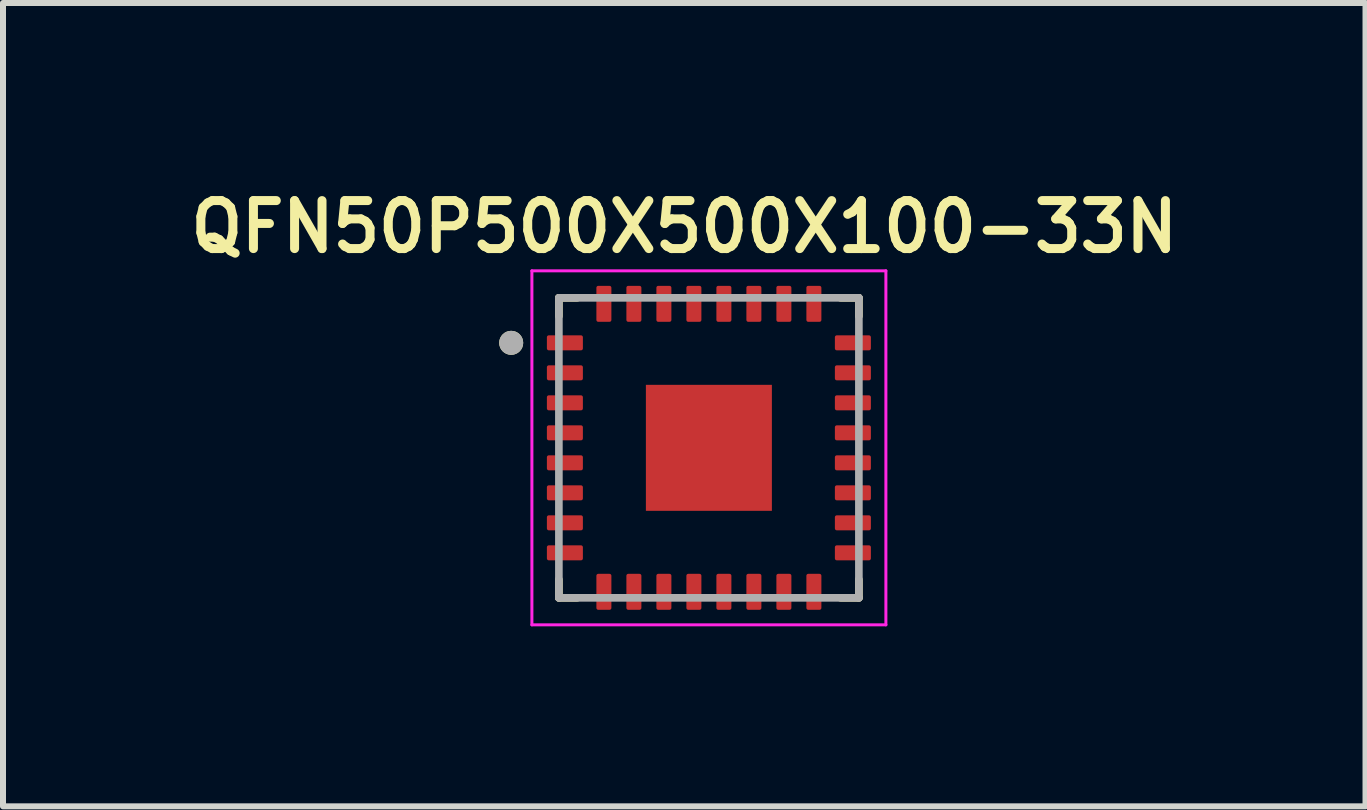
<source format=kicad_pcb>
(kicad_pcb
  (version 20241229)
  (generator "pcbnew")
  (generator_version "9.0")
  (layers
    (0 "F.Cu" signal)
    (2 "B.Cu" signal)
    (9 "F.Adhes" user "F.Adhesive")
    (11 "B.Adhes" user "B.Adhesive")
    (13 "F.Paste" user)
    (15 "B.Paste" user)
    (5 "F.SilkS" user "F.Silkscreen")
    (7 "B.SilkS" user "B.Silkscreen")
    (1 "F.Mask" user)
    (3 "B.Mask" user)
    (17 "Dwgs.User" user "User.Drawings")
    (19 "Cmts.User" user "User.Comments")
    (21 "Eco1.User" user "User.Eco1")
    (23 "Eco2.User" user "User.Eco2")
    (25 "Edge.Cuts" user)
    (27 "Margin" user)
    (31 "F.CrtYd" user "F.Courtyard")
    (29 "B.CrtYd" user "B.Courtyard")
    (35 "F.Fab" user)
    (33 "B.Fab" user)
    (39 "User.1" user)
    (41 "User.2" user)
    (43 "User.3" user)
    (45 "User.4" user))
  (footprint "QFN50P500X500X100-33N"
    (layer "F.Cu")
    (at 8.765 4.414)
    (property "Reference" "QFN50P500X500X100-33N" (at -0.41 -3.683 0) (layer "F.SilkS") (effects (font (size 0.8 0.8) (thickness 0.15))))
    (attr smd)
    (fp_poly (pts (xy -1.12 -1.12) (xy 1.12 -1.12) (xy 1.12 1.12) (xy -1.12 1.12)) (stroke (width 0.01) (type solid)) (fill yes) (layer "F.Mask"))
    (fp_poly (pts (xy -2.77 -1.605) (xy -2.77 -1.895) (xy -2.77 -1.898) (xy -2.77 -1.9) (xy -2.769 -1.903) (xy -2.769 -1.905) (xy -2.768 -1.908) (xy -2.768 -1.91) (xy -2.767 -1.913) (xy -2.766 -1.915) (xy -2.765 -1.918) (xy -2.763 -1.92) (xy -2.762 -1.922) (xy -2.76 -1.924) (xy -2.759 -1.926) (xy -2.757 -1.928) (xy -2.755 -1.93) (xy -2.753 -1.932) (xy -2.751 -1.934) (xy -2.749 -1.935) (xy -2.747 -1.937) (xy -2.745 -1.938) (xy -2.743 -1.94) (xy -2.74 -1.941) (xy -2.738 -1.942) (xy -2.735 -1.943) (xy -2.733 -1.943) (xy -2.73 -1.944) (xy -2.728 -1.944) (xy -2.725 -1.945) (xy -2.723 -1.945) (xy -2.72 -1.945) (xy -2.08 -1.945) (xy -2.077 -1.945) (xy -2.075 -1.945) (xy -2.072 -1.944) (xy -2.07 -1.944) (xy -2.067 -1.943) (xy -2.065 -1.943) (xy -2.062 -1.942) (xy -2.06 -1.941) (xy -2.057 -1.94) (xy -2.055 -1.938) (xy -2.053 -1.937) (xy -2.051 -1.935) (xy -2.049 -1.934) (xy -2.047 -1.932) (xy -2.045 -1.93) (xy -2.043 -1.928) (xy -2.041 -1.926) (xy -2.04 -1.924) (xy -2.038 -1.922) (xy -2.037 -1.92) (xy -2.035 -1.918) (xy -2.034 -1.915) (xy -2.033 -1.913) (xy -2.032 -1.91) (xy -2.032 -1.908) (xy -2.031 -1.905) (xy -2.031 -1.903) (xy -2.03 -1.9) (xy -2.03 -1.898) (xy -2.03 -1.895) (xy -2.03 -1.605) (xy -2.03 -1.602) (xy -2.03 -1.6) (xy -2.031 -1.597) (xy -2.031 -1.595) (xy -2.032 -1.592) (xy -2.032 -1.59) (xy -2.033 -1.587) (xy -2.034 -1.585) (xy -2.035 -1.582) (xy -2.037 -1.58) (xy -2.038 -1.578) (xy -2.04 -1.576) (xy -2.041 -1.574) (xy -2.043 -1.572) (xy -2.045 -1.57) (xy -2.047 -1.568) (xy -2.049 -1.566) (xy -2.051 -1.565) (xy -2.053 -1.563) (xy -2.055 -1.562) (xy -2.057 -1.56) (xy -2.06 -1.559) (xy -2.062 -1.558) (xy -2.065 -1.557) (xy -2.067 -1.557) (xy -2.07 -1.556) (xy -2.072 -1.556) (xy -2.075 -1.555) (xy -2.077 -1.555) (xy -2.08 -1.555) (xy -2.72 -1.555) (xy -2.723 -1.555) (xy -2.725 -1.555) (xy -2.728 -1.556) (xy -2.73 -1.556) (xy -2.733 -1.557) (xy -2.735 -1.557) (xy -2.738 -1.558) (xy -2.74 -1.559) (xy -2.743 -1.56) (xy -2.745 -1.562) (xy -2.747 -1.563) (xy -2.749 -1.565) (xy -2.751 -1.566) (xy -2.753 -1.568) (xy -2.755 -1.57) (xy -2.757 -1.572) (xy -2.759 -1.574) (xy -2.76 -1.576) (xy -2.762 -1.578) (xy -2.763 -1.58) (xy -2.765 -1.582) (xy -2.766 -1.585) (xy -2.767 -1.587) (xy -2.768 -1.59) (xy -2.768 -1.592) (xy -2.769 -1.595) (xy -2.769 -1.597) (xy -2.77 -1.6) (xy -2.77 -1.602) (xy -2.77 -1.605)) (stroke (width 0.01) (type solid)) (fill yes) (layer "F.Mask"))
    (fp_poly (pts (xy -2.72 -1.445) (xy -2.08 -1.445) (xy -2.077 -1.445) (xy -2.075 -1.445) (xy -2.072 -1.444) (xy -2.07 -1.444) (xy -2.067 -1.443) (xy -2.065 -1.443) (xy -2.062 -1.442) (xy -2.06 -1.441) (xy -2.057 -1.44) (xy -2.055 -1.438) (xy -2.053 -1.437) (xy -2.051 -1.435) (xy -2.049 -1.434) (xy -2.047 -1.432) (xy -2.045 -1.43) (xy -2.043 -1.428) (xy -2.041 -1.426) (xy -2.04 -1.424) (xy -2.038 -1.422) (xy -2.037 -1.42) (xy -2.035 -1.418) (xy -2.034 -1.415) (xy -2.033 -1.413) (xy -2.032 -1.41) (xy -2.032 -1.408) (xy -2.031 -1.405) (xy -2.031 -1.403) (xy -2.03 -1.4) (xy -2.03 -1.398) (xy -2.03 -1.395) (xy -2.03 -1.105) (xy -2.03 -1.102) (xy -2.03 -1.1) (xy -2.031 -1.097) (xy -2.031 -1.095) (xy -2.032 -1.092) (xy -2.032 -1.09) (xy -2.033 -1.087) (xy -2.034 -1.085) (xy -2.035 -1.082) (xy -2.037 -1.08) (xy -2.038 -1.078) (xy -2.04 -1.076) (xy -2.041 -1.074) (xy -2.043 -1.072) (xy -2.045 -1.07) (xy -2.047 -1.068) (xy -2.049 -1.066) (xy -2.051 -1.065) (xy -2.053 -1.063) (xy -2.055 -1.062) (xy -2.057 -1.06) (xy -2.06 -1.059) (xy -2.062 -1.058) (xy -2.065 -1.057) (xy -2.067 -1.057) (xy -2.07 -1.056) (xy -2.072 -1.056) (xy -2.075 -1.055) (xy -2.077 -1.055) (xy -2.08 -1.055) (xy -2.72 -1.055) (xy -2.723 -1.055) (xy -2.725 -1.055) (xy -2.728 -1.056) (xy -2.73 -1.056) (xy -2.733 -1.057) (xy -2.735 -1.057) (xy -2.738 -1.058) (xy -2.74 -1.059) (xy -2.743 -1.06) (xy -2.745 -1.062) (xy -2.747 -1.063) (xy -2.749 -1.065) (xy -2.751 -1.066) (xy -2.753 -1.068) (xy -2.755 -1.07) (xy -2.757 -1.072) (xy -2.759 -1.074) (xy -2.76 -1.076) (xy -2.762 -1.078) (xy -2.763 -1.08) (xy -2.765 -1.082) (xy -2.766 -1.085) (xy -2.767 -1.087) (xy -2.768 -1.09) (xy -2.768 -1.092) (xy -2.769 -1.095) (xy -2.769 -1.097) (xy -2.77 -1.1) (xy -2.77 -1.102) (xy -2.77 -1.105) (xy -2.77 -1.395) (xy -2.77 -1.398) (xy -2.77 -1.4) (xy -2.769 -1.403) (xy -2.769 -1.405) (xy -2.768 -1.408) (xy -2.768 -1.41) (xy -2.767 -1.413) (xy -2.766 -1.415) (xy -2.765 -1.418) (xy -2.763 -1.42) (xy -2.762 -1.422) (xy -2.76 -1.424) (xy -2.759 -1.426) (xy -2.757 -1.428) (xy -2.755 -1.43) (xy -2.753 -1.432) (xy -2.751 -1.434) (xy -2.749 -1.435) (xy -2.747 -1.437) (xy -2.745 -1.438) (xy -2.743 -1.44) (xy -2.74 -1.441) (xy -2.738 -1.442) (xy -2.735 -1.443) (xy -2.733 -1.443) (xy -2.73 -1.444) (xy -2.728 -1.444) (xy -2.725 -1.445) (xy -2.723 -1.445) (xy -2.72 -1.445)) (stroke (width 0.01) (type solid)) (fill yes) (layer "F.Mask"))
    (fp_poly (pts (xy -2.72 -0.945) (xy -2.08 -0.945) (xy -2.077 -0.945) (xy -2.075 -0.945) (xy -2.072 -0.944) (xy -2.07 -0.944) (xy -2.067 -0.943) (xy -2.065 -0.943) (xy -2.062 -0.942) (xy -2.06 -0.941) (xy -2.057 -0.94) (xy -2.055 -0.938) (xy -2.053 -0.937) (xy -2.051 -0.935) (xy -2.049 -0.934) (xy -2.047 -0.932) (xy -2.045 -0.93) (xy -2.043 -0.928) (xy -2.041 -0.926) (xy -2.04 -0.924) (xy -2.038 -0.922) (xy -2.037 -0.92) (xy -2.035 -0.918) (xy -2.034 -0.915) (xy -2.033 -0.913) (xy -2.032 -0.91) (xy -2.032 -0.908) (xy -2.031 -0.905) (xy -2.031 -0.903) (xy -2.03 -0.9) (xy -2.03 -0.898) (xy -2.03 -0.895) (xy -2.03 -0.605) (xy -2.03 -0.602) (xy -2.03 -0.6) (xy -2.031 -0.597) (xy -2.031 -0.595) (xy -2.032 -0.592) (xy -2.032 -0.59) (xy -2.033 -0.587) (xy -2.034 -0.585) (xy -2.035 -0.582) (xy -2.037 -0.58) (xy -2.038 -0.578) (xy -2.04 -0.576) (xy -2.041 -0.574) (xy -2.043 -0.572) (xy -2.045 -0.57) (xy -2.047 -0.568) (xy -2.049 -0.566) (xy -2.051 -0.565) (xy -2.053 -0.563) (xy -2.055 -0.562) (xy -2.057 -0.56) (xy -2.06 -0.559) (xy -2.062 -0.558) (xy -2.065 -0.557) (xy -2.067 -0.557) (xy -2.07 -0.556) (xy -2.072 -0.556) (xy -2.075 -0.555) (xy -2.077 -0.555) (xy -2.08 -0.555) (xy -2.72 -0.555) (xy -2.723 -0.555) (xy -2.725 -0.555) (xy -2.728 -0.556) (xy -2.73 -0.556) (xy -2.733 -0.557) (xy -2.735 -0.557) (xy -2.738 -0.558) (xy -2.74 -0.559) (xy -2.743 -0.56) (xy -2.745 -0.562) (xy -2.747 -0.563) (xy -2.749 -0.565) (xy -2.751 -0.566) (xy -2.753 -0.568) (xy -2.755 -0.57) (xy -2.757 -0.572) (xy -2.759 -0.574) (xy -2.76 -0.576) (xy -2.762 -0.578) (xy -2.763 -0.58) (xy -2.765 -0.582) (xy -2.766 -0.585) (xy -2.767 -0.587) (xy -2.768 -0.59) (xy -2.768 -0.592) (xy -2.769 -0.595) (xy -2.769 -0.597) (xy -2.77 -0.6) (xy -2.77 -0.602) (xy -2.77 -0.605) (xy -2.77 -0.895) (xy -2.77 -0.898) (xy -2.77 -0.9) (xy -2.769 -0.903) (xy -2.769 -0.905) (xy -2.768 -0.908) (xy -2.768 -0.91) (xy -2.767 -0.913) (xy -2.766 -0.915) (xy -2.765 -0.918) (xy -2.763 -0.92) (xy -2.762 -0.922) (xy -2.76 -0.924) (xy -2.759 -0.926) (xy -2.757 -0.928) (xy -2.755 -0.93) (xy -2.753 -0.932) (xy -2.751 -0.934) (xy -2.749 -0.935) (xy -2.747 -0.937) (xy -2.745 -0.938) (xy -2.743 -0.94) (xy -2.74 -0.941) (xy -2.738 -0.942) (xy -2.735 -0.943) (xy -2.733 -0.943) (xy -2.73 -0.944) (xy -2.728 -0.944) (xy -2.725 -0.945) (xy -2.723 -0.945) (xy -2.72 -0.945)) (stroke (width 0.01) (type solid)) (fill yes) (layer "F.Mask"))
    (fp_poly (pts (xy -2.72 -0.445) (xy -2.08 -0.445) (xy -2.077 -0.445) (xy -2.075 -0.445) (xy -2.072 -0.444) (xy -2.07 -0.444) (xy -2.067 -0.443) (xy -2.065 -0.443) (xy -2.062 -0.442) (xy -2.06 -0.441) (xy -2.057 -0.44) (xy -2.055 -0.438) (xy -2.053 -0.437) (xy -2.051 -0.435) (xy -2.049 -0.434) (xy -2.047 -0.432) (xy -2.045 -0.43) (xy -2.043 -0.428) (xy -2.041 -0.426) (xy -2.04 -0.424) (xy -2.038 -0.422) (xy -2.037 -0.42) (xy -2.035 -0.418) (xy -2.034 -0.415) (xy -2.033 -0.413) (xy -2.032 -0.41) (xy -2.032 -0.408) (xy -2.031 -0.405) (xy -2.031 -0.403) (xy -2.03 -0.4) (xy -2.03 -0.398) (xy -2.03 -0.395) (xy -2.03 -0.105) (xy -2.03 -0.102) (xy -2.03 -0.1) (xy -2.031 -0.097) (xy -2.031 -0.095) (xy -2.032 -0.092) (xy -2.032 -0.09) (xy -2.033 -0.087) (xy -2.034 -0.085) (xy -2.035 -0.082) (xy -2.037 -0.08) (xy -2.038 -0.078) (xy -2.04 -0.076) (xy -2.041 -0.074) (xy -2.043 -0.072) (xy -2.045 -0.07) (xy -2.047 -0.068) (xy -2.049 -0.066) (xy -2.051 -0.065) (xy -2.053 -0.063) (xy -2.055 -0.062) (xy -2.057 -0.06) (xy -2.06 -0.059) (xy -2.062 -0.058) (xy -2.065 -0.057) (xy -2.067 -0.057) (xy -2.07 -0.056) (xy -2.072 -0.056) (xy -2.075 -0.055) (xy -2.077 -0.055) (xy -2.08 -0.055) (xy -2.72 -0.055) (xy -2.723 -0.055) (xy -2.725 -0.055) (xy -2.728 -0.056) (xy -2.73 -0.056) (xy -2.733 -0.057) (xy -2.735 -0.057) (xy -2.738 -0.058) (xy -2.74 -0.059) (xy -2.743 -0.06) (xy -2.745 -0.062) (xy -2.747 -0.063) (xy -2.749 -0.065) (xy -2.751 -0.066) (xy -2.753 -0.068) (xy -2.755 -0.07) (xy -2.757 -0.072) (xy -2.759 -0.074) (xy -2.76 -0.076) (xy -2.762 -0.078) (xy -2.763 -0.08) (xy -2.765 -0.082) (xy -2.766 -0.085) (xy -2.767 -0.087) (xy -2.768 -0.09) (xy -2.768 -0.092) (xy -2.769 -0.095) (xy -2.769 -0.097) (xy -2.77 -0.1) (xy -2.77 -0.102) (xy -2.77 -0.105) (xy -2.77 -0.395) (xy -2.77 -0.398) (xy -2.77 -0.4) (xy -2.769 -0.403) (xy -2.769 -0.405) (xy -2.768 -0.408) (xy -2.768 -0.41) (xy -2.767 -0.413) (xy -2.766 -0.415) (xy -2.765 -0.418) (xy -2.763 -0.42) (xy -2.762 -0.422) (xy -2.76 -0.424) (xy -2.759 -0.426) (xy -2.757 -0.428) (xy -2.755 -0.43) (xy -2.753 -0.432) (xy -2.751 -0.434) (xy -2.749 -0.435) (xy -2.747 -0.437) (xy -2.745 -0.438) (xy -2.743 -0.44) (xy -2.74 -0.441) (xy -2.738 -0.442) (xy -2.735 -0.443) (xy -2.733 -0.443) (xy -2.73 -0.444) (xy -2.728 -0.444) (xy -2.725 -0.445) (xy -2.723 -0.445) (xy -2.72 -0.445)) (stroke (width 0.01) (type solid)) (fill yes) (layer "F.Mask"))
    (fp_poly (pts (xy -2.72 0.055) (xy -2.08 0.055) (xy -2.077 0.055) (xy -2.075 0.055) (xy -2.072 0.056) (xy -2.07 0.056) (xy -2.067 0.057) (xy -2.065 0.057) (xy -2.062 0.058) (xy -2.06 0.059) (xy -2.057 0.06) (xy -2.055 0.062) (xy -2.053 0.063) (xy -2.051 0.065) (xy -2.049 0.066) (xy -2.047 0.068) (xy -2.045 0.07) (xy -2.043 0.072) (xy -2.041 0.074) (xy -2.04 0.076) (xy -2.038 0.078) (xy -2.037 0.08) (xy -2.035 0.082) (xy -2.034 0.085) (xy -2.033 0.087) (xy -2.032 0.09) (xy -2.032 0.092) (xy -2.031 0.095) (xy -2.031 0.097) (xy -2.03 0.1) (xy -2.03 0.102) (xy -2.03 0.105) (xy -2.03 0.395) (xy -2.03 0.398) (xy -2.03 0.4) (xy -2.031 0.403) (xy -2.031 0.405) (xy -2.032 0.408) (xy -2.032 0.41) (xy -2.033 0.413) (xy -2.034 0.415) (xy -2.035 0.418) (xy -2.037 0.42) (xy -2.038 0.422) (xy -2.04 0.424) (xy -2.041 0.426) (xy -2.043 0.428) (xy -2.045 0.43) (xy -2.047 0.432) (xy -2.049 0.434) (xy -2.051 0.435) (xy -2.053 0.437) (xy -2.055 0.438) (xy -2.057 0.44) (xy -2.06 0.441) (xy -2.062 0.442) (xy -2.065 0.443) (xy -2.067 0.443) (xy -2.07 0.444) (xy -2.072 0.444) (xy -2.075 0.445) (xy -2.077 0.445) (xy -2.08 0.445) (xy -2.72 0.445) (xy -2.723 0.445) (xy -2.725 0.445) (xy -2.728 0.444) (xy -2.73 0.444) (xy -2.733 0.443) (xy -2.735 0.443) (xy -2.738 0.442) (xy -2.74 0.441) (xy -2.743 0.44) (xy -2.745 0.438) (xy -2.747 0.437) (xy -2.749 0.435) (xy -2.751 0.434) (xy -2.753 0.432) (xy -2.755 0.43) (xy -2.757 0.428) (xy -2.759 0.426) (xy -2.76 0.424) (xy -2.762 0.422) (xy -2.763 0.42) (xy -2.765 0.418) (xy -2.766 0.415) (xy -2.767 0.413) (xy -2.768 0.41) (xy -2.768 0.408) (xy -2.769 0.405) (xy -2.769 0.403) (xy -2.77 0.4) (xy -2.77 0.398) (xy -2.77 0.395) (xy -2.77 0.105) (xy -2.77 0.102) (xy -2.77 0.1) (xy -2.769 0.097) (xy -2.769 0.095) (xy -2.768 0.092) (xy -2.768 0.09) (xy -2.767 0.087) (xy -2.766 0.085) (xy -2.765 0.082) (xy -2.763 0.08) (xy -2.762 0.078) (xy -2.76 0.076) (xy -2.759 0.074) (xy -2.757 0.072) (xy -2.755 0.07) (xy -2.753 0.068) (xy -2.751 0.066) (xy -2.749 0.065) (xy -2.747 0.063) (xy -2.745 0.062) (xy -2.743 0.06) (xy -2.74 0.059) (xy -2.738 0.058) (xy -2.735 0.057) (xy -2.733 0.057) (xy -2.73 0.056) (xy -2.728 0.056) (xy -2.725 0.055) (xy -2.723 0.055) (xy -2.72 0.055)) (stroke (width 0.01) (type solid)) (fill yes) (layer "F.Mask"))
    (fp_poly (pts (xy -2.72 0.555) (xy -2.08 0.555) (xy -2.077 0.555) (xy -2.075 0.555) (xy -2.072 0.556) (xy -2.07 0.556) (xy -2.067 0.557) (xy -2.065 0.557) (xy -2.062 0.558) (xy -2.06 0.559) (xy -2.057 0.56) (xy -2.055 0.562) (xy -2.053 0.563) (xy -2.051 0.565) (xy -2.049 0.566) (xy -2.047 0.568) (xy -2.045 0.57) (xy -2.043 0.572) (xy -2.041 0.574) (xy -2.04 0.576) (xy -2.038 0.578) (xy -2.037 0.58) (xy -2.035 0.582) (xy -2.034 0.585) (xy -2.033 0.587) (xy -2.032 0.59) (xy -2.032 0.592) (xy -2.031 0.595) (xy -2.031 0.597) (xy -2.03 0.6) (xy -2.03 0.602) (xy -2.03 0.605) (xy -2.03 0.895) (xy -2.03 0.898) (xy -2.03 0.9) (xy -2.031 0.903) (xy -2.031 0.905) (xy -2.032 0.908) (xy -2.032 0.91) (xy -2.033 0.913) (xy -2.034 0.915) (xy -2.035 0.918) (xy -2.037 0.92) (xy -2.038 0.922) (xy -2.04 0.924) (xy -2.041 0.926) (xy -2.043 0.928) (xy -2.045 0.93) (xy -2.047 0.932) (xy -2.049 0.934) (xy -2.051 0.935) (xy -2.053 0.937) (xy -2.055 0.938) (xy -2.057 0.94) (xy -2.06 0.941) (xy -2.062 0.942) (xy -2.065 0.943) (xy -2.067 0.943) (xy -2.07 0.944) (xy -2.072 0.944) (xy -2.075 0.945) (xy -2.077 0.945) (xy -2.08 0.945) (xy -2.72 0.945) (xy -2.723 0.945) (xy -2.725 0.945) (xy -2.728 0.944) (xy -2.73 0.944) (xy -2.733 0.943) (xy -2.735 0.943) (xy -2.738 0.942) (xy -2.74 0.941) (xy -2.743 0.94) (xy -2.745 0.938) (xy -2.747 0.937) (xy -2.749 0.935) (xy -2.751 0.934) (xy -2.753 0.932) (xy -2.755 0.93) (xy -2.757 0.928) (xy -2.759 0.926) (xy -2.76 0.924) (xy -2.762 0.922) (xy -2.763 0.92) (xy -2.765 0.918) (xy -2.766 0.915) (xy -2.767 0.913) (xy -2.768 0.91) (xy -2.768 0.908) (xy -2.769 0.905) (xy -2.769 0.903) (xy -2.77 0.9) (xy -2.77 0.898) (xy -2.77 0.895) (xy -2.77 0.605) (xy -2.77 0.602) (xy -2.77 0.6) (xy -2.769 0.597) (xy -2.769 0.595) (xy -2.768 0.592) (xy -2.768 0.59) (xy -2.767 0.587) (xy -2.766 0.585) (xy -2.765 0.582) (xy -2.763 0.58) (xy -2.762 0.578) (xy -2.76 0.576) (xy -2.759 0.574) (xy -2.757 0.572) (xy -2.755 0.57) (xy -2.753 0.568) (xy -2.751 0.566) (xy -2.749 0.565) (xy -2.747 0.563) (xy -2.745 0.562) (xy -2.743 0.56) (xy -2.74 0.559) (xy -2.738 0.558) (xy -2.735 0.557) (xy -2.733 0.557) (xy -2.73 0.556) (xy -2.728 0.556) (xy -2.725 0.555) (xy -2.723 0.555) (xy -2.72 0.555)) (stroke (width 0.01) (type solid)) (fill yes) (layer "F.Mask"))
    (fp_poly (pts (xy -2.72 1.055) (xy -2.08 1.055) (xy -2.077 1.055) (xy -2.075 1.055) (xy -2.072 1.056) (xy -2.07 1.056) (xy -2.067 1.057) (xy -2.065 1.057) (xy -2.062 1.058) (xy -2.06 1.059) (xy -2.057 1.06) (xy -2.055 1.062) (xy -2.053 1.063) (xy -2.051 1.065) (xy -2.049 1.066) (xy -2.047 1.068) (xy -2.045 1.07) (xy -2.043 1.072) (xy -2.041 1.074) (xy -2.04 1.076) (xy -2.038 1.078) (xy -2.037 1.08) (xy -2.035 1.082) (xy -2.034 1.085) (xy -2.033 1.087) (xy -2.032 1.09) (xy -2.032 1.092) (xy -2.031 1.095) (xy -2.031 1.097) (xy -2.03 1.1) (xy -2.03 1.102) (xy -2.03 1.105) (xy -2.03 1.395) (xy -2.03 1.398) (xy -2.03 1.4) (xy -2.031 1.403) (xy -2.031 1.405) (xy -2.032 1.408) (xy -2.032 1.41) (xy -2.033 1.413) (xy -2.034 1.415) (xy -2.035 1.418) (xy -2.037 1.42) (xy -2.038 1.422) (xy -2.04 1.424) (xy -2.041 1.426) (xy -2.043 1.428) (xy -2.045 1.43) (xy -2.047 1.432) (xy -2.049 1.434) (xy -2.051 1.435) (xy -2.053 1.437) (xy -2.055 1.438) (xy -2.057 1.44) (xy -2.06 1.441) (xy -2.062 1.442) (xy -2.065 1.443) (xy -2.067 1.443) (xy -2.07 1.444) (xy -2.072 1.444) (xy -2.075 1.445) (xy -2.077 1.445) (xy -2.08 1.445) (xy -2.72 1.445) (xy -2.723 1.445) (xy -2.725 1.445) (xy -2.728 1.444) (xy -2.73 1.444) (xy -2.733 1.443) (xy -2.735 1.443) (xy -2.738 1.442) (xy -2.74 1.441) (xy -2.743 1.44) (xy -2.745 1.438) (xy -2.747 1.437) (xy -2.749 1.435) (xy -2.751 1.434) (xy -2.753 1.432) (xy -2.755 1.43) (xy -2.757 1.428) (xy -2.759 1.426) (xy -2.76 1.424) (xy -2.762 1.422) (xy -2.763 1.42) (xy -2.765 1.418) (xy -2.766 1.415) (xy -2.767 1.413) (xy -2.768 1.41) (xy -2.768 1.408) (xy -2.769 1.405) (xy -2.769 1.403) (xy -2.77 1.4) (xy -2.77 1.398) (xy -2.77 1.395) (xy -2.77 1.105) (xy -2.77 1.102) (xy -2.77 1.1) (xy -2.769 1.097) (xy -2.769 1.095) (xy -2.768 1.092) (xy -2.768 1.09) (xy -2.767 1.087) (xy -2.766 1.085) (xy -2.765 1.082) (xy -2.763 1.08) (xy -2.762 1.078) (xy -2.76 1.076) (xy -2.759 1.074) (xy -2.757 1.072) (xy -2.755 1.07) (xy -2.753 1.068) (xy -2.751 1.066) (xy -2.749 1.065) (xy -2.747 1.063) (xy -2.745 1.062) (xy -2.743 1.06) (xy -2.74 1.059) (xy -2.738 1.058) (xy -2.735 1.057) (xy -2.733 1.057) (xy -2.73 1.056) (xy -2.728 1.056) (xy -2.725 1.055) (xy -2.723 1.055) (xy -2.72 1.055)) (stroke (width 0.01) (type solid)) (fill yes) (layer "F.Mask"))
    (fp_poly (pts (xy -2.72 1.555) (xy -2.08 1.555) (xy -2.077 1.555) (xy -2.075 1.555) (xy -2.072 1.556) (xy -2.07 1.556) (xy -2.067 1.557) (xy -2.065 1.557) (xy -2.062 1.558) (xy -2.06 1.559) (xy -2.057 1.56) (xy -2.055 1.562) (xy -2.053 1.563) (xy -2.051 1.565) (xy -2.049 1.566) (xy -2.047 1.568) (xy -2.045 1.57) (xy -2.043 1.572) (xy -2.041 1.574) (xy -2.04 1.576) (xy -2.038 1.578) (xy -2.037 1.58) (xy -2.035 1.582) (xy -2.034 1.585) (xy -2.033 1.587) (xy -2.032 1.59) (xy -2.032 1.592) (xy -2.031 1.595) (xy -2.031 1.597) (xy -2.03 1.6) (xy -2.03 1.602) (xy -2.03 1.605) (xy -2.03 1.895) (xy -2.03 1.898) (xy -2.03 1.9) (xy -2.031 1.903) (xy -2.031 1.905) (xy -2.032 1.908) (xy -2.032 1.91) (xy -2.033 1.913) (xy -2.034 1.915) (xy -2.035 1.918) (xy -2.037 1.92) (xy -2.038 1.922) (xy -2.04 1.924) (xy -2.041 1.926) (xy -2.043 1.928) (xy -2.045 1.93) (xy -2.047 1.932) (xy -2.049 1.934) (xy -2.051 1.935) (xy -2.053 1.937) (xy -2.055 1.938) (xy -2.057 1.94) (xy -2.06 1.941) (xy -2.062 1.942) (xy -2.065 1.943) (xy -2.067 1.943) (xy -2.07 1.944) (xy -2.072 1.944) (xy -2.075 1.945) (xy -2.077 1.945) (xy -2.08 1.945) (xy -2.72 1.945) (xy -2.723 1.945) (xy -2.725 1.945) (xy -2.728 1.944) (xy -2.73 1.944) (xy -2.733 1.943) (xy -2.735 1.943) (xy -2.738 1.942) (xy -2.74 1.941) (xy -2.743 1.94) (xy -2.745 1.938) (xy -2.747 1.937) (xy -2.749 1.935) (xy -2.751 1.934) (xy -2.753 1.932) (xy -2.755 1.93) (xy -2.757 1.928) (xy -2.759 1.926) (xy -2.76 1.924) (xy -2.762 1.922) (xy -2.763 1.92) (xy -2.765 1.918) (xy -2.766 1.915) (xy -2.767 1.913) (xy -2.768 1.91) (xy -2.768 1.908) (xy -2.769 1.905) (xy -2.769 1.903) (xy -2.77 1.9) (xy -2.77 1.898) (xy -2.77 1.895) (xy -2.77 1.605) (xy -2.77 1.602) (xy -2.77 1.6) (xy -2.769 1.597) (xy -2.769 1.595) (xy -2.768 1.592) (xy -2.768 1.59) (xy -2.767 1.587) (xy -2.766 1.585) (xy -2.765 1.582) (xy -2.763 1.58) (xy -2.762 1.578) (xy -2.76 1.576) (xy -2.759 1.574) (xy -2.757 1.572) (xy -2.755 1.57) (xy -2.753 1.568) (xy -2.751 1.566) (xy -2.749 1.565) (xy -2.747 1.563) (xy -2.745 1.562) (xy -2.743 1.56) (xy -2.74 1.559) (xy -2.738 1.558) (xy -2.735 1.557) (xy -2.733 1.557) (xy -2.73 1.556) (xy -2.728 1.556) (xy -2.725 1.555) (xy -2.723 1.555) (xy -2.72 1.555)) (stroke (width 0.01) (type solid)) (fill yes) (layer "F.Mask"))
    (fp_poly (pts (xy -1.945 -2.08) (xy -1.945 -2.72) (xy -1.945 -2.723) (xy -1.945 -2.725) (xy -1.944 -2.728) (xy -1.944 -2.73) (xy -1.943 -2.733) (xy -1.943 -2.735) (xy -1.942 -2.738) (xy -1.941 -2.74) (xy -1.94 -2.743) (xy -1.938 -2.745) (xy -1.937 -2.747) (xy -1.935 -2.749) (xy -1.934 -2.751) (xy -1.932 -2.753) (xy -1.93 -2.755) (xy -1.928 -2.757) (xy -1.926 -2.759) (xy -1.924 -2.76) (xy -1.922 -2.762) (xy -1.92 -2.763) (xy -1.918 -2.765) (xy -1.915 -2.766) (xy -1.913 -2.767) (xy -1.91 -2.768) (xy -1.908 -2.768) (xy -1.905 -2.769) (xy -1.903 -2.769) (xy -1.9 -2.77) (xy -1.898 -2.77) (xy -1.895 -2.77) (xy -1.605 -2.77) (xy -1.602 -2.77) (xy -1.6 -2.77) (xy -1.597 -2.769) (xy -1.595 -2.769) (xy -1.592 -2.768) (xy -1.59 -2.768) (xy -1.587 -2.767) (xy -1.585 -2.766) (xy -1.582 -2.765) (xy -1.58 -2.763) (xy -1.578 -2.762) (xy -1.576 -2.76) (xy -1.574 -2.759) (xy -1.572 -2.757) (xy -1.57 -2.755) (xy -1.568 -2.753) (xy -1.566 -2.751) (xy -1.565 -2.749) (xy -1.563 -2.747) (xy -1.562 -2.745) (xy -1.56 -2.743) (xy -1.559 -2.74) (xy -1.558 -2.738) (xy -1.557 -2.735) (xy -1.557 -2.733) (xy -1.556 -2.73) (xy -1.556 -2.728) (xy -1.555 -2.725) (xy -1.555 -2.723) (xy -1.555 -2.72) (xy -1.555 -2.08) (xy -1.555 -2.077) (xy -1.555 -2.075) (xy -1.556 -2.072) (xy -1.556 -2.07) (xy -1.557 -2.067) (xy -1.557 -2.065) (xy -1.558 -2.062) (xy -1.559 -2.06) (xy -1.56 -2.057) (xy -1.562 -2.055) (xy -1.563 -2.053) (xy -1.565 -2.051) (xy -1.566 -2.049) (xy -1.568 -2.047) (xy -1.57 -2.045) (xy -1.572 -2.043) (xy -1.574 -2.041) (xy -1.576 -2.04) (xy -1.578 -2.038) (xy -1.58 -2.037) (xy -1.582 -2.035) (xy -1.585 -2.034) (xy -1.587 -2.033) (xy -1.59 -2.032) (xy -1.592 -2.032) (xy -1.595 -2.031) (xy -1.597 -2.031) (xy -1.6 -2.03) (xy -1.602 -2.03) (xy -1.605 -2.03) (xy -1.895 -2.03) (xy -1.898 -2.03) (xy -1.9 -2.03) (xy -1.903 -2.031) (xy -1.905 -2.031) (xy -1.908 -2.032) (xy -1.91 -2.032) (xy -1.913 -2.033) (xy -1.915 -2.034) (xy -1.918 -2.035) (xy -1.92 -2.037) (xy -1.922 -2.038) (xy -1.924 -2.04) (xy -1.926 -2.041) (xy -1.928 -2.043) (xy -1.93 -2.045) (xy -1.932 -2.047) (xy -1.934 -2.049) (xy -1.935 -2.051) (xy -1.937 -2.053) (xy -1.938 -2.055) (xy -1.94 -2.057) (xy -1.941 -2.06) (xy -1.942 -2.062) (xy -1.943 -2.065) (xy -1.943 -2.067) (xy -1.944 -2.07) (xy -1.944 -2.072) (xy -1.945 -2.075) (xy -1.945 -2.077) (xy -1.945 -2.08)) (stroke (width 0.01) (type solid)) (fill yes) (layer "F.Mask"))
    (fp_poly (pts (xy -1.945 2.72) (xy -1.945 2.08) (xy -1.945 2.077) (xy -1.945 2.075) (xy -1.944 2.072) (xy -1.944 2.07) (xy -1.943 2.067) (xy -1.943 2.065) (xy -1.942 2.062) (xy -1.941 2.06) (xy -1.94 2.057) (xy -1.938 2.055) (xy -1.937 2.053) (xy -1.935 2.051) (xy -1.934 2.049) (xy -1.932 2.047) (xy -1.93 2.045) (xy -1.928 2.043) (xy -1.926 2.041) (xy -1.924 2.04) (xy -1.922 2.038) (xy -1.92 2.037) (xy -1.918 2.035) (xy -1.915 2.034) (xy -1.913 2.033) (xy -1.91 2.032) (xy -1.908 2.032) (xy -1.905 2.031) (xy -1.903 2.031) (xy -1.9 2.03) (xy -1.898 2.03) (xy -1.895 2.03) (xy -1.605 2.03) (xy -1.602 2.03) (xy -1.6 2.03) (xy -1.597 2.031) (xy -1.595 2.031) (xy -1.592 2.032) (xy -1.59 2.032) (xy -1.587 2.033) (xy -1.585 2.034) (xy -1.582 2.035) (xy -1.58 2.037) (xy -1.578 2.038) (xy -1.576 2.04) (xy -1.574 2.041) (xy -1.572 2.043) (xy -1.57 2.045) (xy -1.568 2.047) (xy -1.566 2.049) (xy -1.565 2.051) (xy -1.563 2.053) (xy -1.562 2.055) (xy -1.56 2.057) (xy -1.559 2.06) (xy -1.558 2.062) (xy -1.557 2.065) (xy -1.557 2.067) (xy -1.556 2.07) (xy -1.556 2.072) (xy -1.555 2.075) (xy -1.555 2.077) (xy -1.555 2.08) (xy -1.555 2.72) (xy -1.555 2.723) (xy -1.555 2.725) (xy -1.556 2.728) (xy -1.556 2.73) (xy -1.557 2.733) (xy -1.557 2.735) (xy -1.558 2.738) (xy -1.559 2.74) (xy -1.56 2.743) (xy -1.562 2.745) (xy -1.563 2.747) (xy -1.565 2.749) (xy -1.566 2.751) (xy -1.568 2.753) (xy -1.57 2.755) (xy -1.572 2.757) (xy -1.574 2.759) (xy -1.576 2.76) (xy -1.578 2.762) (xy -1.58 2.763) (xy -1.582 2.765) (xy -1.585 2.766) (xy -1.587 2.767) (xy -1.59 2.768) (xy -1.592 2.768) (xy -1.595 2.769) (xy -1.597 2.769) (xy -1.6 2.77) (xy -1.602 2.77) (xy -1.605 2.77) (xy -1.895 2.77) (xy -1.898 2.77) (xy -1.9 2.77) (xy -1.903 2.769) (xy -1.905 2.769) (xy -1.908 2.768) (xy -1.91 2.768) (xy -1.913 2.767) (xy -1.915 2.766) (xy -1.918 2.765) (xy -1.92 2.763) (xy -1.922 2.762) (xy -1.924 2.76) (xy -1.926 2.759) (xy -1.928 2.757) (xy -1.93 2.755) (xy -1.932 2.753) (xy -1.934 2.751) (xy -1.935 2.749) (xy -1.937 2.747) (xy -1.938 2.745) (xy -1.94 2.743) (xy -1.941 2.74) (xy -1.942 2.738) (xy -1.943 2.735) (xy -1.943 2.733) (xy -1.944 2.73) (xy -1.944 2.728) (xy -1.945 2.725) (xy -1.945 2.723) (xy -1.945 2.72)) (stroke (width 0.01) (type solid)) (fill yes) (layer "F.Mask"))
    (fp_poly (pts (xy -1.445 -2.08) (xy -1.445 -2.72) (xy -1.445 -2.723) (xy -1.445 -2.725) (xy -1.444 -2.728) (xy -1.444 -2.73) (xy -1.443 -2.733) (xy -1.443 -2.735) (xy -1.442 -2.738) (xy -1.441 -2.74) (xy -1.44 -2.743) (xy -1.438 -2.745) (xy -1.437 -2.747) (xy -1.435 -2.749) (xy -1.434 -2.751) (xy -1.432 -2.753) (xy -1.43 -2.755) (xy -1.428 -2.757) (xy -1.426 -2.759) (xy -1.424 -2.76) (xy -1.422 -2.762) (xy -1.42 -2.763) (xy -1.418 -2.765) (xy -1.415 -2.766) (xy -1.413 -2.767) (xy -1.41 -2.768) (xy -1.408 -2.768) (xy -1.405 -2.769) (xy -1.403 -2.769) (xy -1.4 -2.77) (xy -1.398 -2.77) (xy -1.395 -2.77) (xy -1.105 -2.77) (xy -1.102 -2.77) (xy -1.1 -2.77) (xy -1.097 -2.769) (xy -1.095 -2.769) (xy -1.092 -2.768) (xy -1.09 -2.768) (xy -1.087 -2.767) (xy -1.085 -2.766) (xy -1.082 -2.765) (xy -1.08 -2.763) (xy -1.078 -2.762) (xy -1.076 -2.76) (xy -1.074 -2.759) (xy -1.072 -2.757) (xy -1.07 -2.755) (xy -1.068 -2.753) (xy -1.066 -2.751) (xy -1.065 -2.749) (xy -1.063 -2.747) (xy -1.062 -2.745) (xy -1.06 -2.743) (xy -1.059 -2.74) (xy -1.058 -2.738) (xy -1.057 -2.735) (xy -1.057 -2.733) (xy -1.056 -2.73) (xy -1.056 -2.728) (xy -1.055 -2.725) (xy -1.055 -2.723) (xy -1.055 -2.72) (xy -1.055 -2.08) (xy -1.055 -2.077) (xy -1.055 -2.075) (xy -1.056 -2.072) (xy -1.056 -2.07) (xy -1.057 -2.067) (xy -1.057 -2.065) (xy -1.058 -2.062) (xy -1.059 -2.06) (xy -1.06 -2.057) (xy -1.062 -2.055) (xy -1.063 -2.053) (xy -1.065 -2.051) (xy -1.066 -2.049) (xy -1.068 -2.047) (xy -1.07 -2.045) (xy -1.072 -2.043) (xy -1.074 -2.041) (xy -1.076 -2.04) (xy -1.078 -2.038) (xy -1.08 -2.037) (xy -1.082 -2.035) (xy -1.085 -2.034) (xy -1.087 -2.033) (xy -1.09 -2.032) (xy -1.092 -2.032) (xy -1.095 -2.031) (xy -1.097 -2.031) (xy -1.1 -2.03) (xy -1.102 -2.03) (xy -1.105 -2.03) (xy -1.395 -2.03) (xy -1.398 -2.03) (xy -1.4 -2.03) (xy -1.403 -2.031) (xy -1.405 -2.031) (xy -1.408 -2.032) (xy -1.41 -2.032) (xy -1.413 -2.033) (xy -1.415 -2.034) (xy -1.418 -2.035) (xy -1.42 -2.037) (xy -1.422 -2.038) (xy -1.424 -2.04) (xy -1.426 -2.041) (xy -1.428 -2.043) (xy -1.43 -2.045) (xy -1.432 -2.047) (xy -1.434 -2.049) (xy -1.435 -2.051) (xy -1.437 -2.053) (xy -1.438 -2.055) (xy -1.44 -2.057) (xy -1.441 -2.06) (xy -1.442 -2.062) (xy -1.443 -2.065) (xy -1.443 -2.067) (xy -1.444 -2.07) (xy -1.444 -2.072) (xy -1.445 -2.075) (xy -1.445 -2.077) (xy -1.445 -2.08)) (stroke (width 0.01) (type solid)) (fill yes) (layer "F.Mask"))
    (fp_poly (pts (xy -1.445 2.72) (xy -1.445 2.08) (xy -1.445 2.077) (xy -1.445 2.075) (xy -1.444 2.072) (xy -1.444 2.07) (xy -1.443 2.067) (xy -1.443 2.065) (xy -1.442 2.062) (xy -1.441 2.06) (xy -1.44 2.057) (xy -1.438 2.055) (xy -1.437 2.053) (xy -1.435 2.051) (xy -1.434 2.049) (xy -1.432 2.047) (xy -1.43 2.045) (xy -1.428 2.043) (xy -1.426 2.041) (xy -1.424 2.04) (xy -1.422 2.038) (xy -1.42 2.037) (xy -1.418 2.035) (xy -1.415 2.034) (xy -1.413 2.033) (xy -1.41 2.032) (xy -1.408 2.032) (xy -1.405 2.031) (xy -1.403 2.031) (xy -1.4 2.03) (xy -1.398 2.03) (xy -1.395 2.03) (xy -1.105 2.03) (xy -1.102 2.03) (xy -1.1 2.03) (xy -1.097 2.031) (xy -1.095 2.031) (xy -1.092 2.032) (xy -1.09 2.032) (xy -1.087 2.033) (xy -1.085 2.034) (xy -1.082 2.035) (xy -1.08 2.037) (xy -1.078 2.038) (xy -1.076 2.04) (xy -1.074 2.041) (xy -1.072 2.043) (xy -1.07 2.045) (xy -1.068 2.047) (xy -1.066 2.049) (xy -1.065 2.051) (xy -1.063 2.053) (xy -1.062 2.055) (xy -1.06 2.057) (xy -1.059 2.06) (xy -1.058 2.062) (xy -1.057 2.065) (xy -1.057 2.067) (xy -1.056 2.07) (xy -1.056 2.072) (xy -1.055 2.075) (xy -1.055 2.077) (xy -1.055 2.08) (xy -1.055 2.72) (xy -1.055 2.723) (xy -1.055 2.725) (xy -1.056 2.728) (xy -1.056 2.73) (xy -1.057 2.733) (xy -1.057 2.735) (xy -1.058 2.738) (xy -1.059 2.74) (xy -1.06 2.743) (xy -1.062 2.745) (xy -1.063 2.747) (xy -1.065 2.749) (xy -1.066 2.751) (xy -1.068 2.753) (xy -1.07 2.755) (xy -1.072 2.757) (xy -1.074 2.759) (xy -1.076 2.76) (xy -1.078 2.762) (xy -1.08 2.763) (xy -1.082 2.765) (xy -1.085 2.766) (xy -1.087 2.767) (xy -1.09 2.768) (xy -1.092 2.768) (xy -1.095 2.769) (xy -1.097 2.769) (xy -1.1 2.77) (xy -1.102 2.77) (xy -1.105 2.77) (xy -1.395 2.77) (xy -1.398 2.77) (xy -1.4 2.77) (xy -1.403 2.769) (xy -1.405 2.769) (xy -1.408 2.768) (xy -1.41 2.768) (xy -1.413 2.767) (xy -1.415 2.766) (xy -1.418 2.765) (xy -1.42 2.763) (xy -1.422 2.762) (xy -1.424 2.76) (xy -1.426 2.759) (xy -1.428 2.757) (xy -1.43 2.755) (xy -1.432 2.753) (xy -1.434 2.751) (xy -1.435 2.749) (xy -1.437 2.747) (xy -1.438 2.745) (xy -1.44 2.743) (xy -1.441 2.74) (xy -1.442 2.738) (xy -1.443 2.735) (xy -1.443 2.733) (xy -1.444 2.73) (xy -1.444 2.728) (xy -1.445 2.725) (xy -1.445 2.723) (xy -1.445 2.72)) (stroke (width 0.01) (type solid)) (fill yes) (layer "F.Mask"))
    (fp_poly (pts (xy -0.945 -2.08) (xy -0.945 -2.72) (xy -0.945 -2.723) (xy -0.945 -2.725) (xy -0.944 -2.728) (xy -0.944 -2.73) (xy -0.943 -2.733) (xy -0.943 -2.735) (xy -0.942 -2.738) (xy -0.941 -2.74) (xy -0.94 -2.743) (xy -0.938 -2.745) (xy -0.937 -2.747) (xy -0.935 -2.749) (xy -0.934 -2.751) (xy -0.932 -2.753) (xy -0.93 -2.755) (xy -0.928 -2.757) (xy -0.926 -2.759) (xy -0.924 -2.76) (xy -0.922 -2.762) (xy -0.92 -2.763) (xy -0.918 -2.765) (xy -0.915 -2.766) (xy -0.913 -2.767) (xy -0.91 -2.768) (xy -0.908 -2.768) (xy -0.905 -2.769) (xy -0.903 -2.769) (xy -0.9 -2.77) (xy -0.898 -2.77) (xy -0.895 -2.77) (xy -0.605 -2.77) (xy -0.602 -2.77) (xy -0.6 -2.77) (xy -0.597 -2.769) (xy -0.595 -2.769) (xy -0.592 -2.768) (xy -0.59 -2.768) (xy -0.587 -2.767) (xy -0.585 -2.766) (xy -0.582 -2.765) (xy -0.58 -2.763) (xy -0.578 -2.762) (xy -0.576 -2.76) (xy -0.574 -2.759) (xy -0.572 -2.757) (xy -0.57 -2.755) (xy -0.568 -2.753) (xy -0.566 -2.751) (xy -0.565 -2.749) (xy -0.563 -2.747) (xy -0.562 -2.745) (xy -0.56 -2.743) (xy -0.559 -2.74) (xy -0.558 -2.738) (xy -0.557 -2.735) (xy -0.557 -2.733) (xy -0.556 -2.73) (xy -0.556 -2.728) (xy -0.555 -2.725) (xy -0.555 -2.723) (xy -0.555 -2.72) (xy -0.555 -2.08) (xy -0.555 -2.077) (xy -0.555 -2.075) (xy -0.556 -2.072) (xy -0.556 -2.07) (xy -0.557 -2.067) (xy -0.557 -2.065) (xy -0.558 -2.062) (xy -0.559 -2.06) (xy -0.56 -2.057) (xy -0.562 -2.055) (xy -0.563 -2.053) (xy -0.565 -2.051) (xy -0.566 -2.049) (xy -0.568 -2.047) (xy -0.57 -2.045) (xy -0.572 -2.043) (xy -0.574 -2.041) (xy -0.576 -2.04) (xy -0.578 -2.038) (xy -0.58 -2.037) (xy -0.582 -2.035) (xy -0.585 -2.034) (xy -0.587 -2.033) (xy -0.59 -2.032) (xy -0.592 -2.032) (xy -0.595 -2.031) (xy -0.597 -2.031) (xy -0.6 -2.03) (xy -0.602 -2.03) (xy -0.605 -2.03) (xy -0.895 -2.03) (xy -0.898 -2.03) (xy -0.9 -2.03) (xy -0.903 -2.031) (xy -0.905 -2.031) (xy -0.908 -2.032) (xy -0.91 -2.032) (xy -0.913 -2.033) (xy -0.915 -2.034) (xy -0.918 -2.035) (xy -0.92 -2.037) (xy -0.922 -2.038) (xy -0.924 -2.04) (xy -0.926 -2.041) (xy -0.928 -2.043) (xy -0.93 -2.045) (xy -0.932 -2.047) (xy -0.934 -2.049) (xy -0.935 -2.051) (xy -0.937 -2.053) (xy -0.938 -2.055) (xy -0.94 -2.057) (xy -0.941 -2.06) (xy -0.942 -2.062) (xy -0.943 -2.065) (xy -0.943 -2.067) (xy -0.944 -2.07) (xy -0.944 -2.072) (xy -0.945 -2.075) (xy -0.945 -2.077) (xy -0.945 -2.08)) (stroke (width 0.01) (type solid)) (fill yes) (layer "F.Mask"))
    (fp_poly (pts (xy -0.945 2.72) (xy -0.945 2.08) (xy -0.945 2.077) (xy -0.945 2.075) (xy -0.944 2.072) (xy -0.944 2.07) (xy -0.943 2.067) (xy -0.943 2.065) (xy -0.942 2.062) (xy -0.941 2.06) (xy -0.94 2.057) (xy -0.938 2.055) (xy -0.937 2.053) (xy -0.935 2.051) (xy -0.934 2.049) (xy -0.932 2.047) (xy -0.93 2.045) (xy -0.928 2.043) (xy -0.926 2.041) (xy -0.924 2.04) (xy -0.922 2.038) (xy -0.92 2.037) (xy -0.918 2.035) (xy -0.915 2.034) (xy -0.913 2.033) (xy -0.91 2.032) (xy -0.908 2.032) (xy -0.905 2.031) (xy -0.903 2.031) (xy -0.9 2.03) (xy -0.898 2.03) (xy -0.895 2.03) (xy -0.605 2.03) (xy -0.602 2.03) (xy -0.6 2.03) (xy -0.597 2.031) (xy -0.595 2.031) (xy -0.592 2.032) (xy -0.59 2.032) (xy -0.587 2.033) (xy -0.585 2.034) (xy -0.582 2.035) (xy -0.58 2.037) (xy -0.578 2.038) (xy -0.576 2.04) (xy -0.574 2.041) (xy -0.572 2.043) (xy -0.57 2.045) (xy -0.568 2.047) (xy -0.566 2.049) (xy -0.565 2.051) (xy -0.563 2.053) (xy -0.562 2.055) (xy -0.56 2.057) (xy -0.559 2.06) (xy -0.558 2.062) (xy -0.557 2.065) (xy -0.557 2.067) (xy -0.556 2.07) (xy -0.556 2.072) (xy -0.555 2.075) (xy -0.555 2.077) (xy -0.555 2.08) (xy -0.555 2.72) (xy -0.555 2.723) (xy -0.555 2.725) (xy -0.556 2.728) (xy -0.556 2.73) (xy -0.557 2.733) (xy -0.557 2.735) (xy -0.558 2.738) (xy -0.559 2.74) (xy -0.56 2.743) (xy -0.562 2.745) (xy -0.563 2.747) (xy -0.565 2.749) (xy -0.566 2.751) (xy -0.568 2.753) (xy -0.57 2.755) (xy -0.572 2.757) (xy -0.574 2.759) (xy -0.576 2.76) (xy -0.578 2.762) (xy -0.58 2.763) (xy -0.582 2.765) (xy -0.585 2.766) (xy -0.587 2.767) (xy -0.59 2.768) (xy -0.592 2.768) (xy -0.595 2.769) (xy -0.597 2.769) (xy -0.6 2.77) (xy -0.602 2.77) (xy -0.605 2.77) (xy -0.895 2.77) (xy -0.898 2.77) (xy -0.9 2.77) (xy -0.903 2.769) (xy -0.905 2.769) (xy -0.908 2.768) (xy -0.91 2.768) (xy -0.913 2.767) (xy -0.915 2.766) (xy -0.918 2.765) (xy -0.92 2.763) (xy -0.922 2.762) (xy -0.924 2.76) (xy -0.926 2.759) (xy -0.928 2.757) (xy -0.93 2.755) (xy -0.932 2.753) (xy -0.934 2.751) (xy -0.935 2.749) (xy -0.937 2.747) (xy -0.938 2.745) (xy -0.94 2.743) (xy -0.941 2.74) (xy -0.942 2.738) (xy -0.943 2.735) (xy -0.943 2.733) (xy -0.944 2.73) (xy -0.944 2.728) (xy -0.945 2.725) (xy -0.945 2.723) (xy -0.945 2.72)) (stroke (width 0.01) (type solid)) (fill yes) (layer "F.Mask"))
    (fp_poly (pts (xy -0.445 -2.08) (xy -0.445 -2.72) (xy -0.445 -2.723) (xy -0.445 -2.725) (xy -0.444 -2.728) (xy -0.444 -2.73) (xy -0.443 -2.733) (xy -0.443 -2.735) (xy -0.442 -2.738) (xy -0.441 -2.74) (xy -0.44 -2.743) (xy -0.438 -2.745) (xy -0.437 -2.747) (xy -0.435 -2.749) (xy -0.434 -2.751) (xy -0.432 -2.753) (xy -0.43 -2.755) (xy -0.428 -2.757) (xy -0.426 -2.759) (xy -0.424 -2.76) (xy -0.422 -2.762) (xy -0.42 -2.763) (xy -0.418 -2.765) (xy -0.415 -2.766) (xy -0.413 -2.767) (xy -0.41 -2.768) (xy -0.408 -2.768) (xy -0.405 -2.769) (xy -0.403 -2.769) (xy -0.4 -2.77) (xy -0.398 -2.77) (xy -0.395 -2.77) (xy -0.105 -2.77) (xy -0.102 -2.77) (xy -0.1 -2.77) (xy -0.097 -2.769) (xy -0.095 -2.769) (xy -0.092 -2.768) (xy -0.09 -2.768) (xy -0.087 -2.767) (xy -0.085 -2.766) (xy -0.082 -2.765) (xy -0.08 -2.763) (xy -0.078 -2.762) (xy -0.076 -2.76) (xy -0.074 -2.759) (xy -0.072 -2.757) (xy -0.07 -2.755) (xy -0.068 -2.753) (xy -0.066 -2.751) (xy -0.065 -2.749) (xy -0.063 -2.747) (xy -0.062 -2.745) (xy -0.06 -2.743) (xy -0.059 -2.74) (xy -0.058 -2.738) (xy -0.057 -2.735) (xy -0.057 -2.733) (xy -0.056 -2.73) (xy -0.056 -2.728) (xy -0.055 -2.725) (xy -0.055 -2.723) (xy -0.055 -2.72) (xy -0.055 -2.08) (xy -0.055 -2.077) (xy -0.055 -2.075) (xy -0.056 -2.072) (xy -0.056 -2.07) (xy -0.057 -2.067) (xy -0.057 -2.065) (xy -0.058 -2.062) (xy -0.059 -2.06) (xy -0.06 -2.057) (xy -0.062 -2.055) (xy -0.063 -2.053) (xy -0.065 -2.051) (xy -0.066 -2.049) (xy -0.068 -2.047) (xy -0.07 -2.045) (xy -0.072 -2.043) (xy -0.074 -2.041) (xy -0.076 -2.04) (xy -0.078 -2.038) (xy -0.08 -2.037) (xy -0.082 -2.035) (xy -0.085 -2.034) (xy -0.087 -2.033) (xy -0.09 -2.032) (xy -0.092 -2.032) (xy -0.095 -2.031) (xy -0.097 -2.031) (xy -0.1 -2.03) (xy -0.102 -2.03) (xy -0.105 -2.03) (xy -0.395 -2.03) (xy -0.398 -2.03) (xy -0.4 -2.03) (xy -0.403 -2.031) (xy -0.405 -2.031) (xy -0.408 -2.032) (xy -0.41 -2.032) (xy -0.413 -2.033) (xy -0.415 -2.034) (xy -0.418 -2.035) (xy -0.42 -2.037) (xy -0.422 -2.038) (xy -0.424 -2.04) (xy -0.426 -2.041) (xy -0.428 -2.043) (xy -0.43 -2.045) (xy -0.432 -2.047) (xy -0.434 -2.049) (xy -0.435 -2.051) (xy -0.437 -2.053) (xy -0.438 -2.055) (xy -0.44 -2.057) (xy -0.441 -2.06) (xy -0.442 -2.062) (xy -0.443 -2.065) (xy -0.443 -2.067) (xy -0.444 -2.07) (xy -0.444 -2.072) (xy -0.445 -2.075) (xy -0.445 -2.077) (xy -0.445 -2.08)) (stroke (width 0.01) (type solid)) (fill yes) (layer "F.Mask"))
    (fp_poly (pts (xy -0.445 2.72) (xy -0.445 2.08) (xy -0.445 2.077) (xy -0.445 2.075) (xy -0.444 2.072) (xy -0.444 2.07) (xy -0.443 2.067) (xy -0.443 2.065) (xy -0.442 2.062) (xy -0.441 2.06) (xy -0.44 2.057) (xy -0.438 2.055) (xy -0.437 2.053) (xy -0.435 2.051) (xy -0.434 2.049) (xy -0.432 2.047) (xy -0.43 2.045) (xy -0.428 2.043) (xy -0.426 2.041) (xy -0.424 2.04) (xy -0.422 2.038) (xy -0.42 2.037) (xy -0.418 2.035) (xy -0.415 2.034) (xy -0.413 2.033) (xy -0.41 2.032) (xy -0.408 2.032) (xy -0.405 2.031) (xy -0.403 2.031) (xy -0.4 2.03) (xy -0.398 2.03) (xy -0.395 2.03) (xy -0.105 2.03) (xy -0.102 2.03) (xy -0.1 2.03) (xy -0.097 2.031) (xy -0.095 2.031) (xy -0.092 2.032) (xy -0.09 2.032) (xy -0.087 2.033) (xy -0.085 2.034) (xy -0.082 2.035) (xy -0.08 2.037) (xy -0.078 2.038) (xy -0.076 2.04) (xy -0.074 2.041) (xy -0.072 2.043) (xy -0.07 2.045) (xy -0.068 2.047) (xy -0.066 2.049) (xy -0.065 2.051) (xy -0.063 2.053) (xy -0.062 2.055) (xy -0.06 2.057) (xy -0.059 2.06) (xy -0.058 2.062) (xy -0.057 2.065) (xy -0.057 2.067) (xy -0.056 2.07) (xy -0.056 2.072) (xy -0.055 2.075) (xy -0.055 2.077) (xy -0.055 2.08) (xy -0.055 2.72) (xy -0.055 2.723) (xy -0.055 2.725) (xy -0.056 2.728) (xy -0.056 2.73) (xy -0.057 2.733) (xy -0.057 2.735) (xy -0.058 2.738) (xy -0.059 2.74) (xy -0.06 2.743) (xy -0.062 2.745) (xy -0.063 2.747) (xy -0.065 2.749) (xy -0.066 2.751) (xy -0.068 2.753) (xy -0.07 2.755) (xy -0.072 2.757) (xy -0.074 2.759) (xy -0.076 2.76) (xy -0.078 2.762) (xy -0.08 2.763) (xy -0.082 2.765) (xy -0.085 2.766) (xy -0.087 2.767) (xy -0.09 2.768) (xy -0.092 2.768) (xy -0.095 2.769) (xy -0.097 2.769) (xy -0.1 2.77) (xy -0.102 2.77) (xy -0.105 2.77) (xy -0.395 2.77) (xy -0.398 2.77) (xy -0.4 2.77) (xy -0.403 2.769) (xy -0.405 2.769) (xy -0.408 2.768) (xy -0.41 2.768) (xy -0.413 2.767) (xy -0.415 2.766) (xy -0.418 2.765) (xy -0.42 2.763) (xy -0.422 2.762) (xy -0.424 2.76) (xy -0.426 2.759) (xy -0.428 2.757) (xy -0.43 2.755) (xy -0.432 2.753) (xy -0.434 2.751) (xy -0.435 2.749) (xy -0.437 2.747) (xy -0.438 2.745) (xy -0.44 2.743) (xy -0.441 2.74) (xy -0.442 2.738) (xy -0.443 2.735) (xy -0.443 2.733) (xy -0.444 2.73) (xy -0.444 2.728) (xy -0.445 2.725) (xy -0.445 2.723) (xy -0.445 2.72)) (stroke (width 0.01) (type solid)) (fill yes) (layer "F.Mask"))
    (fp_poly (pts (xy 0.055 -2.08) (xy 0.055 -2.72) (xy 0.055 -2.723) (xy 0.055 -2.725) (xy 0.056 -2.728) (xy 0.056 -2.73) (xy 0.057 -2.733) (xy 0.057 -2.735) (xy 0.058 -2.738) (xy 0.059 -2.74) (xy 0.06 -2.743) (xy 0.062 -2.745) (xy 0.063 -2.747) (xy 0.065 -2.749) (xy 0.066 -2.751) (xy 0.068 -2.753) (xy 0.07 -2.755) (xy 0.072 -2.757) (xy 0.074 -2.759) (xy 0.076 -2.76) (xy 0.078 -2.762) (xy 0.08 -2.763) (xy 0.082 -2.765) (xy 0.085 -2.766) (xy 0.087 -2.767) (xy 0.09 -2.768) (xy 0.092 -2.768) (xy 0.095 -2.769) (xy 0.097 -2.769) (xy 0.1 -2.77) (xy 0.102 -2.77) (xy 0.105 -2.77) (xy 0.395 -2.77) (xy 0.398 -2.77) (xy 0.4 -2.77) (xy 0.403 -2.769) (xy 0.405 -2.769) (xy 0.408 -2.768) (xy 0.41 -2.768) (xy 0.413 -2.767) (xy 0.415 -2.766) (xy 0.418 -2.765) (xy 0.42 -2.763) (xy 0.422 -2.762) (xy 0.424 -2.76) (xy 0.426 -2.759) (xy 0.428 -2.757) (xy 0.43 -2.755) (xy 0.432 -2.753) (xy 0.434 -2.751) (xy 0.435 -2.749) (xy 0.437 -2.747) (xy 0.438 -2.745) (xy 0.44 -2.743) (xy 0.441 -2.74) (xy 0.442 -2.738) (xy 0.443 -2.735) (xy 0.443 -2.733) (xy 0.444 -2.73) (xy 0.444 -2.728) (xy 0.445 -2.725) (xy 0.445 -2.723) (xy 0.445 -2.72) (xy 0.445 -2.08) (xy 0.445 -2.077) (xy 0.445 -2.075) (xy 0.444 -2.072) (xy 0.444 -2.07) (xy 0.443 -2.067) (xy 0.443 -2.065) (xy 0.442 -2.062) (xy 0.441 -2.06) (xy 0.44 -2.057) (xy 0.438 -2.055) (xy 0.437 -2.053) (xy 0.435 -2.051) (xy 0.434 -2.049) (xy 0.432 -2.047) (xy 0.43 -2.045) (xy 0.428 -2.043) (xy 0.426 -2.041) (xy 0.424 -2.04) (xy 0.422 -2.038) (xy 0.42 -2.037) (xy 0.418 -2.035) (xy 0.415 -2.034) (xy 0.413 -2.033) (xy 0.41 -2.032) (xy 0.408 -2.032) (xy 0.405 -2.031) (xy 0.403 -2.031) (xy 0.4 -2.03) (xy 0.398 -2.03) (xy 0.395 -2.03) (xy 0.105 -2.03) (xy 0.102 -2.03) (xy 0.1 -2.03) (xy 0.097 -2.031) (xy 0.095 -2.031) (xy 0.092 -2.032) (xy 0.09 -2.032) (xy 0.087 -2.033) (xy 0.085 -2.034) (xy 0.082 -2.035) (xy 0.08 -2.037) (xy 0.078 -2.038) (xy 0.076 -2.04) (xy 0.074 -2.041) (xy 0.072 -2.043) (xy 0.07 -2.045) (xy 0.068 -2.047) (xy 0.066 -2.049) (xy 0.065 -2.051) (xy 0.063 -2.053) (xy 0.062 -2.055) (xy 0.06 -2.057) (xy 0.059 -2.06) (xy 0.058 -2.062) (xy 0.057 -2.065) (xy 0.057 -2.067) (xy 0.056 -2.07) (xy 0.056 -2.072) (xy 0.055 -2.075) (xy 0.055 -2.077) (xy 0.055 -2.08)) (stroke (width 0.01) (type solid)) (fill yes) (layer "F.Mask"))
    (fp_poly (pts (xy 0.055 2.72) (xy 0.055 2.08) (xy 0.055 2.077) (xy 0.055 2.075) (xy 0.056 2.072) (xy 0.056 2.07) (xy 0.057 2.067) (xy 0.057 2.065) (xy 0.058 2.062) (xy 0.059 2.06) (xy 0.06 2.057) (xy 0.062 2.055) (xy 0.063 2.053) (xy 0.065 2.051) (xy 0.066 2.049) (xy 0.068 2.047) (xy 0.07 2.045) (xy 0.072 2.043) (xy 0.074 2.041) (xy 0.076 2.04) (xy 0.078 2.038) (xy 0.08 2.037) (xy 0.082 2.035) (xy 0.085 2.034) (xy 0.087 2.033) (xy 0.09 2.032) (xy 0.092 2.032) (xy 0.095 2.031) (xy 0.097 2.031) (xy 0.1 2.03) (xy 0.102 2.03) (xy 0.105 2.03) (xy 0.395 2.03) (xy 0.398 2.03) (xy 0.4 2.03) (xy 0.403 2.031) (xy 0.405 2.031) (xy 0.408 2.032) (xy 0.41 2.032) (xy 0.413 2.033) (xy 0.415 2.034) (xy 0.418 2.035) (xy 0.42 2.037) (xy 0.422 2.038) (xy 0.424 2.04) (xy 0.426 2.041) (xy 0.428 2.043) (xy 0.43 2.045) (xy 0.432 2.047) (xy 0.434 2.049) (xy 0.435 2.051) (xy 0.437 2.053) (xy 0.438 2.055) (xy 0.44 2.057) (xy 0.441 2.06) (xy 0.442 2.062) (xy 0.443 2.065) (xy 0.443 2.067) (xy 0.444 2.07) (xy 0.444 2.072) (xy 0.445 2.075) (xy 0.445 2.077) (xy 0.445 2.08) (xy 0.445 2.72) (xy 0.445 2.723) (xy 0.445 2.725) (xy 0.444 2.728) (xy 0.444 2.73) (xy 0.443 2.733) (xy 0.443 2.735) (xy 0.442 2.738) (xy 0.441 2.74) (xy 0.44 2.743) (xy 0.438 2.745) (xy 0.437 2.747) (xy 0.435 2.749) (xy 0.434 2.751) (xy 0.432 2.753) (xy 0.43 2.755) (xy 0.428 2.757) (xy 0.426 2.759) (xy 0.424 2.76) (xy 0.422 2.762) (xy 0.42 2.763) (xy 0.418 2.765) (xy 0.415 2.766) (xy 0.413 2.767) (xy 0.41 2.768) (xy 0.408 2.768) (xy 0.405 2.769) (xy 0.403 2.769) (xy 0.4 2.77) (xy 0.398 2.77) (xy 0.395 2.77) (xy 0.105 2.77) (xy 0.102 2.77) (xy 0.1 2.77) (xy 0.097 2.769) (xy 0.095 2.769) (xy 0.092 2.768) (xy 0.09 2.768) (xy 0.087 2.767) (xy 0.085 2.766) (xy 0.082 2.765) (xy 0.08 2.763) (xy 0.078 2.762) (xy 0.076 2.76) (xy 0.074 2.759) (xy 0.072 2.757) (xy 0.07 2.755) (xy 0.068 2.753) (xy 0.066 2.751) (xy 0.065 2.749) (xy 0.063 2.747) (xy 0.062 2.745) (xy 0.06 2.743) (xy 0.059 2.74) (xy 0.058 2.738) (xy 0.057 2.735) (xy 0.057 2.733) (xy 0.056 2.73) (xy 0.056 2.728) (xy 0.055 2.725) (xy 0.055 2.723) (xy 0.055 2.72)) (stroke (width 0.01) (type solid)) (fill yes) (layer "F.Mask"))
    (fp_poly (pts (xy 0.555 -2.08) (xy 0.555 -2.72) (xy 0.555 -2.723) (xy 0.555 -2.725) (xy 0.556 -2.728) (xy 0.556 -2.73) (xy 0.557 -2.733) (xy 0.557 -2.735) (xy 0.558 -2.738) (xy 0.559 -2.74) (xy 0.56 -2.743) (xy 0.562 -2.745) (xy 0.563 -2.747) (xy 0.565 -2.749) (xy 0.566 -2.751) (xy 0.568 -2.753) (xy 0.57 -2.755) (xy 0.572 -2.757) (xy 0.574 -2.759) (xy 0.576 -2.76) (xy 0.578 -2.762) (xy 0.58 -2.763) (xy 0.582 -2.765) (xy 0.585 -2.766) (xy 0.587 -2.767) (xy 0.59 -2.768) (xy 0.592 -2.768) (xy 0.595 -2.769) (xy 0.597 -2.769) (xy 0.6 -2.77) (xy 0.602 -2.77) (xy 0.605 -2.77) (xy 0.895 -2.77) (xy 0.898 -2.77) (xy 0.9 -2.77) (xy 0.903 -2.769) (xy 0.905 -2.769) (xy 0.908 -2.768) (xy 0.91 -2.768) (xy 0.913 -2.767) (xy 0.915 -2.766) (xy 0.918 -2.765) (xy 0.92 -2.763) (xy 0.922 -2.762) (xy 0.924 -2.76) (xy 0.926 -2.759) (xy 0.928 -2.757) (xy 0.93 -2.755) (xy 0.932 -2.753) (xy 0.934 -2.751) (xy 0.935 -2.749) (xy 0.937 -2.747) (xy 0.938 -2.745) (xy 0.94 -2.743) (xy 0.941 -2.74) (xy 0.942 -2.738) (xy 0.943 -2.735) (xy 0.943 -2.733) (xy 0.944 -2.73) (xy 0.944 -2.728) (xy 0.945 -2.725) (xy 0.945 -2.723) (xy 0.945 -2.72) (xy 0.945 -2.08) (xy 0.945 -2.077) (xy 0.945 -2.075) (xy 0.944 -2.072) (xy 0.944 -2.07) (xy 0.943 -2.067) (xy 0.943 -2.065) (xy 0.942 -2.062) (xy 0.941 -2.06) (xy 0.94 -2.057) (xy 0.938 -2.055) (xy 0.937 -2.053) (xy 0.935 -2.051) (xy 0.934 -2.049) (xy 0.932 -2.047) (xy 0.93 -2.045) (xy 0.928 -2.043) (xy 0.926 -2.041) (xy 0.924 -2.04) (xy 0.922 -2.038) (xy 0.92 -2.037) (xy 0.918 -2.035) (xy 0.915 -2.034) (xy 0.913 -2.033) (xy 0.91 -2.032) (xy 0.908 -2.032) (xy 0.905 -2.031) (xy 0.903 -2.031) (xy 0.9 -2.03) (xy 0.898 -2.03) (xy 0.895 -2.03) (xy 0.605 -2.03) (xy 0.602 -2.03) (xy 0.6 -2.03) (xy 0.597 -2.031) (xy 0.595 -2.031) (xy 0.592 -2.032) (xy 0.59 -2.032) (xy 0.587 -2.033) (xy 0.585 -2.034) (xy 0.582 -2.035) (xy 0.58 -2.037) (xy 0.578 -2.038) (xy 0.576 -2.04) (xy 0.574 -2.041) (xy 0.572 -2.043) (xy 0.57 -2.045) (xy 0.568 -2.047) (xy 0.566 -2.049) (xy 0.565 -2.051) (xy 0.563 -2.053) (xy 0.562 -2.055) (xy 0.56 -2.057) (xy 0.559 -2.06) (xy 0.558 -2.062) (xy 0.557 -2.065) (xy 0.557 -2.067) (xy 0.556 -2.07) (xy 0.556 -2.072) (xy 0.555 -2.075) (xy 0.555 -2.077) (xy 0.555 -2.08)) (stroke (width 0.01) (type solid)) (fill yes) (layer "F.Mask"))
    (fp_poly (pts (xy 0.555 2.72) (xy 0.555 2.08) (xy 0.555 2.077) (xy 0.555 2.075) (xy 0.556 2.072) (xy 0.556 2.07) (xy 0.557 2.067) (xy 0.557 2.065) (xy 0.558 2.062) (xy 0.559 2.06) (xy 0.56 2.057) (xy 0.562 2.055) (xy 0.563 2.053) (xy 0.565 2.051) (xy 0.566 2.049) (xy 0.568 2.047) (xy 0.57 2.045) (xy 0.572 2.043) (xy 0.574 2.041) (xy 0.576 2.04) (xy 0.578 2.038) (xy 0.58 2.037) (xy 0.582 2.035) (xy 0.585 2.034) (xy 0.587 2.033) (xy 0.59 2.032) (xy 0.592 2.032) (xy 0.595 2.031) (xy 0.597 2.031) (xy 0.6 2.03) (xy 0.602 2.03) (xy 0.605 2.03) (xy 0.895 2.03) (xy 0.898 2.03) (xy 0.9 2.03) (xy 0.903 2.031) (xy 0.905 2.031) (xy 0.908 2.032) (xy 0.91 2.032) (xy 0.913 2.033) (xy 0.915 2.034) (xy 0.918 2.035) (xy 0.92 2.037) (xy 0.922 2.038) (xy 0.924 2.04) (xy 0.926 2.041) (xy 0.928 2.043) (xy 0.93 2.045) (xy 0.932 2.047) (xy 0.934 2.049) (xy 0.935 2.051) (xy 0.937 2.053) (xy 0.938 2.055) (xy 0.94 2.057) (xy 0.941 2.06) (xy 0.942 2.062) (xy 0.943 2.065) (xy 0.943 2.067) (xy 0.944 2.07) (xy 0.944 2.072) (xy 0.945 2.075) (xy 0.945 2.077) (xy 0.945 2.08) (xy 0.945 2.72) (xy 0.945 2.723) (xy 0.945 2.725) (xy 0.944 2.728) (xy 0.944 2.73) (xy 0.943 2.733) (xy 0.943 2.735) (xy 0.942 2.738) (xy 0.941 2.74) (xy 0.94 2.743) (xy 0.938 2.745) (xy 0.937 2.747) (xy 0.935 2.749) (xy 0.934 2.751) (xy 0.932 2.753) (xy 0.93 2.755) (xy 0.928 2.757) (xy 0.926 2.759) (xy 0.924 2.76) (xy 0.922 2.762) (xy 0.92 2.763) (xy 0.918 2.765) (xy 0.915 2.766) (xy 0.913 2.767) (xy 0.91 2.768) (xy 0.908 2.768) (xy 0.905 2.769) (xy 0.903 2.769) (xy 0.9 2.77) (xy 0.898 2.77) (xy 0.895 2.77) (xy 0.605 2.77) (xy 0.602 2.77) (xy 0.6 2.77) (xy 0.597 2.769) (xy 0.595 2.769) (xy 0.592 2.768) (xy 0.59 2.768) (xy 0.587 2.767) (xy 0.585 2.766) (xy 0.582 2.765) (xy 0.58 2.763) (xy 0.578 2.762) (xy 0.576 2.76) (xy 0.574 2.759) (xy 0.572 2.757) (xy 0.57 2.755) (xy 0.568 2.753) (xy 0.566 2.751) (xy 0.565 2.749) (xy 0.563 2.747) (xy 0.562 2.745) (xy 0.56 2.743) (xy 0.559 2.74) (xy 0.558 2.738) (xy 0.557 2.735) (xy 0.557 2.733) (xy 0.556 2.73) (xy 0.556 2.728) (xy 0.555 2.725) (xy 0.555 2.723) (xy 0.555 2.72)) (stroke (width 0.01) (type solid)) (fill yes) (layer "F.Mask"))
    (fp_poly (pts (xy 1.055 -2.08) (xy 1.055 -2.72) (xy 1.055 -2.723) (xy 1.055 -2.725) (xy 1.056 -2.728) (xy 1.056 -2.73) (xy 1.057 -2.733) (xy 1.057 -2.735) (xy 1.058 -2.738) (xy 1.059 -2.74) (xy 1.06 -2.743) (xy 1.062 -2.745) (xy 1.063 -2.747) (xy 1.065 -2.749) (xy 1.066 -2.751) (xy 1.068 -2.753) (xy 1.07 -2.755) (xy 1.072 -2.757) (xy 1.074 -2.759) (xy 1.076 -2.76) (xy 1.078 -2.762) (xy 1.08 -2.763) (xy 1.082 -2.765) (xy 1.085 -2.766) (xy 1.087 -2.767) (xy 1.09 -2.768) (xy 1.092 -2.768) (xy 1.095 -2.769) (xy 1.097 -2.769) (xy 1.1 -2.77) (xy 1.102 -2.77) (xy 1.105 -2.77) (xy 1.395 -2.77) (xy 1.398 -2.77) (xy 1.4 -2.77) (xy 1.403 -2.769) (xy 1.405 -2.769) (xy 1.408 -2.768) (xy 1.41 -2.768) (xy 1.413 -2.767) (xy 1.415 -2.766) (xy 1.418 -2.765) (xy 1.42 -2.763) (xy 1.422 -2.762) (xy 1.424 -2.76) (xy 1.426 -2.759) (xy 1.428 -2.757) (xy 1.43 -2.755) (xy 1.432 -2.753) (xy 1.434 -2.751) (xy 1.435 -2.749) (xy 1.437 -2.747) (xy 1.438 -2.745) (xy 1.44 -2.743) (xy 1.441 -2.74) (xy 1.442 -2.738) (xy 1.443 -2.735) (xy 1.443 -2.733) (xy 1.444 -2.73) (xy 1.444 -2.728) (xy 1.445 -2.725) (xy 1.445 -2.723) (xy 1.445 -2.72) (xy 1.445 -2.08) (xy 1.445 -2.077) (xy 1.445 -2.075) (xy 1.444 -2.072) (xy 1.444 -2.07) (xy 1.443 -2.067) (xy 1.443 -2.065) (xy 1.442 -2.062) (xy 1.441 -2.06) (xy 1.44 -2.057) (xy 1.438 -2.055) (xy 1.437 -2.053) (xy 1.435 -2.051) (xy 1.434 -2.049) (xy 1.432 -2.047) (xy 1.43 -2.045) (xy 1.428 -2.043) (xy 1.426 -2.041) (xy 1.424 -2.04) (xy 1.422 -2.038) (xy 1.42 -2.037) (xy 1.418 -2.035) (xy 1.415 -2.034) (xy 1.413 -2.033) (xy 1.41 -2.032) (xy 1.408 -2.032) (xy 1.405 -2.031) (xy 1.403 -2.031) (xy 1.4 -2.03) (xy 1.398 -2.03) (xy 1.395 -2.03) (xy 1.105 -2.03) (xy 1.102 -2.03) (xy 1.1 -2.03) (xy 1.097 -2.031) (xy 1.095 -2.031) (xy 1.092 -2.032) (xy 1.09 -2.032) (xy 1.087 -2.033) (xy 1.085 -2.034) (xy 1.082 -2.035) (xy 1.08 -2.037) (xy 1.078 -2.038) (xy 1.076 -2.04) (xy 1.074 -2.041) (xy 1.072 -2.043) (xy 1.07 -2.045) (xy 1.068 -2.047) (xy 1.066 -2.049) (xy 1.065 -2.051) (xy 1.063 -2.053) (xy 1.062 -2.055) (xy 1.06 -2.057) (xy 1.059 -2.06) (xy 1.058 -2.062) (xy 1.057 -2.065) (xy 1.057 -2.067) (xy 1.056 -2.07) (xy 1.056 -2.072) (xy 1.055 -2.075) (xy 1.055 -2.077) (xy 1.055 -2.08)) (stroke (width 0.01) (type solid)) (fill yes) (layer "F.Mask"))
    (fp_poly (pts (xy 1.055 2.72) (xy 1.055 2.08) (xy 1.055 2.077) (xy 1.055 2.075) (xy 1.056 2.072) (xy 1.056 2.07) (xy 1.057 2.067) (xy 1.057 2.065) (xy 1.058 2.062) (xy 1.059 2.06) (xy 1.06 2.057) (xy 1.062 2.055) (xy 1.063 2.053) (xy 1.065 2.051) (xy 1.066 2.049) (xy 1.068 2.047) (xy 1.07 2.045) (xy 1.072 2.043) (xy 1.074 2.041) (xy 1.076 2.04) (xy 1.078 2.038) (xy 1.08 2.037) (xy 1.082 2.035) (xy 1.085 2.034) (xy 1.087 2.033) (xy 1.09 2.032) (xy 1.092 2.032) (xy 1.095 2.031) (xy 1.097 2.031) (xy 1.1 2.03) (xy 1.102 2.03) (xy 1.105 2.03) (xy 1.395 2.03) (xy 1.398 2.03) (xy 1.4 2.03) (xy 1.403 2.031) (xy 1.405 2.031) (xy 1.408 2.032) (xy 1.41 2.032) (xy 1.413 2.033) (xy 1.415 2.034) (xy 1.418 2.035) (xy 1.42 2.037) (xy 1.422 2.038) (xy 1.424 2.04) (xy 1.426 2.041) (xy 1.428 2.043) (xy 1.43 2.045) (xy 1.432 2.047) (xy 1.434 2.049) (xy 1.435 2.051) (xy 1.437 2.053) (xy 1.438 2.055) (xy 1.44 2.057) (xy 1.441 2.06) (xy 1.442 2.062) (xy 1.443 2.065) (xy 1.443 2.067) (xy 1.444 2.07) (xy 1.444 2.072) (xy 1.445 2.075) (xy 1.445 2.077) (xy 1.445 2.08) (xy 1.445 2.72) (xy 1.445 2.723) (xy 1.445 2.725) (xy 1.444 2.728) (xy 1.444 2.73) (xy 1.443 2.733) (xy 1.443 2.735) (xy 1.442 2.738) (xy 1.441 2.74) (xy 1.44 2.743) (xy 1.438 2.745) (xy 1.437 2.747) (xy 1.435 2.749) (xy 1.434 2.751) (xy 1.432 2.753) (xy 1.43 2.755) (xy 1.428 2.757) (xy 1.426 2.759) (xy 1.424 2.76) (xy 1.422 2.762) (xy 1.42 2.763) (xy 1.418 2.765) (xy 1.415 2.766) (xy 1.413 2.767) (xy 1.41 2.768) (xy 1.408 2.768) (xy 1.405 2.769) (xy 1.403 2.769) (xy 1.4 2.77) (xy 1.398 2.77) (xy 1.395 2.77) (xy 1.105 2.77) (xy 1.102 2.77) (xy 1.1 2.77) (xy 1.097 2.769) (xy 1.095 2.769) (xy 1.092 2.768) (xy 1.09 2.768) (xy 1.087 2.767) (xy 1.085 2.766) (xy 1.082 2.765) (xy 1.08 2.763) (xy 1.078 2.762) (xy 1.076 2.76) (xy 1.074 2.759) (xy 1.072 2.757) (xy 1.07 2.755) (xy 1.068 2.753) (xy 1.066 2.751) (xy 1.065 2.749) (xy 1.063 2.747) (xy 1.062 2.745) (xy 1.06 2.743) (xy 1.059 2.74) (xy 1.058 2.738) (xy 1.057 2.735) (xy 1.057 2.733) (xy 1.056 2.73) (xy 1.056 2.728) (xy 1.055 2.725) (xy 1.055 2.723) (xy 1.055 2.72)) (stroke (width 0.01) (type solid)) (fill yes) (layer "F.Mask"))
    (fp_poly (pts (xy 1.555 -2.08) (xy 1.555 -2.72) (xy 1.555 -2.723) (xy 1.555 -2.725) (xy 1.556 -2.728) (xy 1.556 -2.73) (xy 1.557 -2.733) (xy 1.557 -2.735) (xy 1.558 -2.738) (xy 1.559 -2.74) (xy 1.56 -2.743) (xy 1.562 -2.745) (xy 1.563 -2.747) (xy 1.565 -2.749) (xy 1.566 -2.751) (xy 1.568 -2.753) (xy 1.57 -2.755) (xy 1.572 -2.757) (xy 1.574 -2.759) (xy 1.576 -2.76) (xy 1.578 -2.762) (xy 1.58 -2.763) (xy 1.582 -2.765) (xy 1.585 -2.766) (xy 1.587 -2.767) (xy 1.59 -2.768) (xy 1.592 -2.768) (xy 1.595 -2.769) (xy 1.597 -2.769) (xy 1.6 -2.77) (xy 1.602 -2.77) (xy 1.605 -2.77) (xy 1.895 -2.77) (xy 1.898 -2.77) (xy 1.9 -2.77) (xy 1.903 -2.769) (xy 1.905 -2.769) (xy 1.908 -2.768) (xy 1.91 -2.768) (xy 1.913 -2.767) (xy 1.915 -2.766) (xy 1.918 -2.765) (xy 1.92 -2.763) (xy 1.922 -2.762) (xy 1.924 -2.76) (xy 1.926 -2.759) (xy 1.928 -2.757) (xy 1.93 -2.755) (xy 1.932 -2.753) (xy 1.934 -2.751) (xy 1.935 -2.749) (xy 1.937 -2.747) (xy 1.938 -2.745) (xy 1.94 -2.743) (xy 1.941 -2.74) (xy 1.942 -2.738) (xy 1.943 -2.735) (xy 1.943 -2.733) (xy 1.944 -2.73) (xy 1.944 -2.728) (xy 1.945 -2.725) (xy 1.945 -2.723) (xy 1.945 -2.72) (xy 1.945 -2.08) (xy 1.945 -2.077) (xy 1.945 -2.075) (xy 1.944 -2.072) (xy 1.944 -2.07) (xy 1.943 -2.067) (xy 1.943 -2.065) (xy 1.942 -2.062) (xy 1.941 -2.06) (xy 1.94 -2.057) (xy 1.938 -2.055) (xy 1.937 -2.053) (xy 1.935 -2.051) (xy 1.934 -2.049) (xy 1.932 -2.047) (xy 1.93 -2.045) (xy 1.928 -2.043) (xy 1.926 -2.041) (xy 1.924 -2.04) (xy 1.922 -2.038) (xy 1.92 -2.037) (xy 1.918 -2.035) (xy 1.915 -2.034) (xy 1.913 -2.033) (xy 1.91 -2.032) (xy 1.908 -2.032) (xy 1.905 -2.031) (xy 1.903 -2.031) (xy 1.9 -2.03) (xy 1.898 -2.03) (xy 1.895 -2.03) (xy 1.605 -2.03) (xy 1.602 -2.03) (xy 1.6 -2.03) (xy 1.597 -2.031) (xy 1.595 -2.031) (xy 1.592 -2.032) (xy 1.59 -2.032) (xy 1.587 -2.033) (xy 1.585 -2.034) (xy 1.582 -2.035) (xy 1.58 -2.037) (xy 1.578 -2.038) (xy 1.576 -2.04) (xy 1.574 -2.041) (xy 1.572 -2.043) (xy 1.57 -2.045) (xy 1.568 -2.047) (xy 1.566 -2.049) (xy 1.565 -2.051) (xy 1.563 -2.053) (xy 1.562 -2.055) (xy 1.56 -2.057) (xy 1.559 -2.06) (xy 1.558 -2.062) (xy 1.557 -2.065) (xy 1.557 -2.067) (xy 1.556 -2.07) (xy 1.556 -2.072) (xy 1.555 -2.075) (xy 1.555 -2.077) (xy 1.555 -2.08)) (stroke (width 0.01) (type solid)) (fill yes) (layer "F.Mask"))
    (fp_poly (pts (xy 1.555 2.72) (xy 1.555 2.08) (xy 1.555 2.077) (xy 1.555 2.075) (xy 1.556 2.072) (xy 1.556 2.07) (xy 1.557 2.067) (xy 1.557 2.065) (xy 1.558 2.062) (xy 1.559 2.06) (xy 1.56 2.057) (xy 1.562 2.055) (xy 1.563 2.053) (xy 1.565 2.051) (xy 1.566 2.049) (xy 1.568 2.047) (xy 1.57 2.045) (xy 1.572 2.043) (xy 1.574 2.041) (xy 1.576 2.04) (xy 1.578 2.038) (xy 1.58 2.037) (xy 1.582 2.035) (xy 1.585 2.034) (xy 1.587 2.033) (xy 1.59 2.032) (xy 1.592 2.032) (xy 1.595 2.031) (xy 1.597 2.031) (xy 1.6 2.03) (xy 1.602 2.03) (xy 1.605 2.03) (xy 1.895 2.03) (xy 1.898 2.03) (xy 1.9 2.03) (xy 1.903 2.031) (xy 1.905 2.031) (xy 1.908 2.032) (xy 1.91 2.032) (xy 1.913 2.033) (xy 1.915 2.034) (xy 1.918 2.035) (xy 1.92 2.037) (xy 1.922 2.038) (xy 1.924 2.04) (xy 1.926 2.041) (xy 1.928 2.043) (xy 1.93 2.045) (xy 1.932 2.047) (xy 1.934 2.049) (xy 1.935 2.051) (xy 1.937 2.053) (xy 1.938 2.055) (xy 1.94 2.057) (xy 1.941 2.06) (xy 1.942 2.062) (xy 1.943 2.065) (xy 1.943 2.067) (xy 1.944 2.07) (xy 1.944 2.072) (xy 1.945 2.075) (xy 1.945 2.077) (xy 1.945 2.08) (xy 1.945 2.72) (xy 1.945 2.723) (xy 1.945 2.725) (xy 1.944 2.728) (xy 1.944 2.73) (xy 1.943 2.733) (xy 1.943 2.735) (xy 1.942 2.738) (xy 1.941 2.74) (xy 1.94 2.743) (xy 1.938 2.745) (xy 1.937 2.747) (xy 1.935 2.749) (xy 1.934 2.751) (xy 1.932 2.753) (xy 1.93 2.755) (xy 1.928 2.757) (xy 1.926 2.759) (xy 1.924 2.76) (xy 1.922 2.762) (xy 1.92 2.763) (xy 1.918 2.765) (xy 1.915 2.766) (xy 1.913 2.767) (xy 1.91 2.768) (xy 1.908 2.768) (xy 1.905 2.769) (xy 1.903 2.769) (xy 1.9 2.77) (xy 1.898 2.77) (xy 1.895 2.77) (xy 1.605 2.77) (xy 1.602 2.77) (xy 1.6 2.77) (xy 1.597 2.769) (xy 1.595 2.769) (xy 1.592 2.768) (xy 1.59 2.768) (xy 1.587 2.767) (xy 1.585 2.766) (xy 1.582 2.765) (xy 1.58 2.763) (xy 1.578 2.762) (xy 1.576 2.76) (xy 1.574 2.759) (xy 1.572 2.757) (xy 1.57 2.755) (xy 1.568 2.753) (xy 1.566 2.751) (xy 1.565 2.749) (xy 1.563 2.747) (xy 1.562 2.745) (xy 1.56 2.743) (xy 1.559 2.74) (xy 1.558 2.738) (xy 1.557 2.735) (xy 1.557 2.733) (xy 1.556 2.73) (xy 1.556 2.728) (xy 1.555 2.725) (xy 1.555 2.723) (xy 1.555 2.72)) (stroke (width 0.01) (type solid)) (fill yes) (layer "F.Mask"))
    (fp_poly (pts (xy 2.08 -1.945) (xy 2.72 -1.945) (xy 2.723 -1.945) (xy 2.725 -1.945) (xy 2.728 -1.944) (xy 2.73 -1.944) (xy 2.733 -1.943) (xy 2.735 -1.943) (xy 2.738 -1.942) (xy 2.74 -1.941) (xy 2.743 -1.94) (xy 2.745 -1.938) (xy 2.747 -1.937) (xy 2.749 -1.935) (xy 2.751 -1.934) (xy 2.753 -1.932) (xy 2.755 -1.93) (xy 2.757 -1.928) (xy 2.759 -1.926) (xy 2.76 -1.924) (xy 2.762 -1.922) (xy 2.763 -1.92) (xy 2.765 -1.918) (xy 2.766 -1.915) (xy 2.767 -1.913) (xy 2.768 -1.91) (xy 2.768 -1.908) (xy 2.769 -1.905) (xy 2.769 -1.903) (xy 2.77 -1.9) (xy 2.77 -1.898) (xy 2.77 -1.895) (xy 2.77 -1.605) (xy 2.77 -1.602) (xy 2.77 -1.6) (xy 2.769 -1.597) (xy 2.769 -1.595) (xy 2.768 -1.592) (xy 2.768 -1.59) (xy 2.767 -1.587) (xy 2.766 -1.585) (xy 2.765 -1.582) (xy 2.763 -1.58) (xy 2.762 -1.578) (xy 2.76 -1.576) (xy 2.759 -1.574) (xy 2.757 -1.572) (xy 2.755 -1.57) (xy 2.753 -1.568) (xy 2.751 -1.566) (xy 2.749 -1.565) (xy 2.747 -1.563) (xy 2.745 -1.562) (xy 2.743 -1.56) (xy 2.74 -1.559) (xy 2.738 -1.558) (xy 2.735 -1.557) (xy 2.733 -1.557) (xy 2.73 -1.556) (xy 2.728 -1.556) (xy 2.725 -1.555) (xy 2.723 -1.555) (xy 2.72 -1.555) (xy 2.08 -1.555) (xy 2.077 -1.555) (xy 2.075 -1.555) (xy 2.072 -1.556) (xy 2.07 -1.556) (xy 2.067 -1.557) (xy 2.065 -1.557) (xy 2.062 -1.558) (xy 2.06 -1.559) (xy 2.057 -1.56) (xy 2.055 -1.562) (xy 2.053 -1.563) (xy 2.051 -1.565) (xy 2.049 -1.566) (xy 2.047 -1.568) (xy 2.045 -1.57) (xy 2.043 -1.572) (xy 2.041 -1.574) (xy 2.04 -1.576) (xy 2.038 -1.578) (xy 2.037 -1.58) (xy 2.035 -1.582) (xy 2.034 -1.585) (xy 2.033 -1.587) (xy 2.032 -1.59) (xy 2.032 -1.592) (xy 2.031 -1.595) (xy 2.031 -1.597) (xy 2.03 -1.6) (xy 2.03 -1.602) (xy 2.03 -1.605) (xy 2.03 -1.895) (xy 2.03 -1.898) (xy 2.03 -1.9) (xy 2.031 -1.903) (xy 2.031 -1.905) (xy 2.032 -1.908) (xy 2.032 -1.91) (xy 2.033 -1.913) (xy 2.034 -1.915) (xy 2.035 -1.918) (xy 2.037 -1.92) (xy 2.038 -1.922) (xy 2.04 -1.924) (xy 2.041 -1.926) (xy 2.043 -1.928) (xy 2.045 -1.93) (xy 2.047 -1.932) (xy 2.049 -1.934) (xy 2.051 -1.935) (xy 2.053 -1.937) (xy 2.055 -1.938) (xy 2.057 -1.94) (xy 2.06 -1.941) (xy 2.062 -1.942) (xy 2.065 -1.943) (xy 2.067 -1.943) (xy 2.07 -1.944) (xy 2.072 -1.944) (xy 2.075 -1.945) (xy 2.077 -1.945) (xy 2.08 -1.945)) (stroke (width 0.01) (type solid)) (fill yes) (layer "F.Mask"))
    (fp_poly (pts (xy 2.08 -1.445) (xy 2.72 -1.445) (xy 2.723 -1.445) (xy 2.725 -1.445) (xy 2.728 -1.444) (xy 2.73 -1.444) (xy 2.733 -1.443) (xy 2.735 -1.443) (xy 2.738 -1.442) (xy 2.74 -1.441) (xy 2.743 -1.44) (xy 2.745 -1.438) (xy 2.747 -1.437) (xy 2.749 -1.435) (xy 2.751 -1.434) (xy 2.753 -1.432) (xy 2.755 -1.43) (xy 2.757 -1.428) (xy 2.759 -1.426) (xy 2.76 -1.424) (xy 2.762 -1.422) (xy 2.763 -1.42) (xy 2.765 -1.418) (xy 2.766 -1.415) (xy 2.767 -1.413) (xy 2.768 -1.41) (xy 2.768 -1.408) (xy 2.769 -1.405) (xy 2.769 -1.403) (xy 2.77 -1.4) (xy 2.77 -1.398) (xy 2.77 -1.395) (xy 2.77 -1.105) (xy 2.77 -1.102) (xy 2.77 -1.1) (xy 2.769 -1.097) (xy 2.769 -1.095) (xy 2.768 -1.092) (xy 2.768 -1.09) (xy 2.767 -1.087) (xy 2.766 -1.085) (xy 2.765 -1.082) (xy 2.763 -1.08) (xy 2.762 -1.078) (xy 2.76 -1.076) (xy 2.759 -1.074) (xy 2.757 -1.072) (xy 2.755 -1.07) (xy 2.753 -1.068) (xy 2.751 -1.066) (xy 2.749 -1.065) (xy 2.747 -1.063) (xy 2.745 -1.062) (xy 2.743 -1.06) (xy 2.74 -1.059) (xy 2.738 -1.058) (xy 2.735 -1.057) (xy 2.733 -1.057) (xy 2.73 -1.056) (xy 2.728 -1.056) (xy 2.725 -1.055) (xy 2.723 -1.055) (xy 2.72 -1.055) (xy 2.08 -1.055) (xy 2.077 -1.055) (xy 2.075 -1.055) (xy 2.072 -1.056) (xy 2.07 -1.056) (xy 2.067 -1.057) (xy 2.065 -1.057) (xy 2.062 -1.058) (xy 2.06 -1.059) (xy 2.057 -1.06) (xy 2.055 -1.062) (xy 2.053 -1.063) (xy 2.051 -1.065) (xy 2.049 -1.066) (xy 2.047 -1.068) (xy 2.045 -1.07) (xy 2.043 -1.072) (xy 2.041 -1.074) (xy 2.04 -1.076) (xy 2.038 -1.078) (xy 2.037 -1.08) (xy 2.035 -1.082) (xy 2.034 -1.085) (xy 2.033 -1.087) (xy 2.032 -1.09) (xy 2.032 -1.092) (xy 2.031 -1.095) (xy 2.031 -1.097) (xy 2.03 -1.1) (xy 2.03 -1.102) (xy 2.03 -1.105) (xy 2.03 -1.395) (xy 2.03 -1.398) (xy 2.03 -1.4) (xy 2.031 -1.403) (xy 2.031 -1.405) (xy 2.032 -1.408) (xy 2.032 -1.41) (xy 2.033 -1.413) (xy 2.034 -1.415) (xy 2.035 -1.418) (xy 2.037 -1.42) (xy 2.038 -1.422) (xy 2.04 -1.424) (xy 2.041 -1.426) (xy 2.043 -1.428) (xy 2.045 -1.43) (xy 2.047 -1.432) (xy 2.049 -1.434) (xy 2.051 -1.435) (xy 2.053 -1.437) (xy 2.055 -1.438) (xy 2.057 -1.44) (xy 2.06 -1.441) (xy 2.062 -1.442) (xy 2.065 -1.443) (xy 2.067 -1.443) (xy 2.07 -1.444) (xy 2.072 -1.444) (xy 2.075 -1.445) (xy 2.077 -1.445) (xy 2.08 -1.445)) (stroke (width 0.01) (type solid)) (fill yes) (layer "F.Mask"))
    (fp_poly (pts (xy 2.08 -0.945) (xy 2.72 -0.945) (xy 2.723 -0.945) (xy 2.725 -0.945) (xy 2.728 -0.944) (xy 2.73 -0.944) (xy 2.733 -0.943) (xy 2.735 -0.943) (xy 2.738 -0.942) (xy 2.74 -0.941) (xy 2.743 -0.94) (xy 2.745 -0.938) (xy 2.747 -0.937) (xy 2.749 -0.935) (xy 2.751 -0.934) (xy 2.753 -0.932) (xy 2.755 -0.93) (xy 2.757 -0.928) (xy 2.759 -0.926) (xy 2.76 -0.924) (xy 2.762 -0.922) (xy 2.763 -0.92) (xy 2.765 -0.918) (xy 2.766 -0.915) (xy 2.767 -0.913) (xy 2.768 -0.91) (xy 2.768 -0.908) (xy 2.769 -0.905) (xy 2.769 -0.903) (xy 2.77 -0.9) (xy 2.77 -0.898) (xy 2.77 -0.895) (xy 2.77 -0.605) (xy 2.77 -0.602) (xy 2.77 -0.6) (xy 2.769 -0.597) (xy 2.769 -0.595) (xy 2.768 -0.592) (xy 2.768 -0.59) (xy 2.767 -0.587) (xy 2.766 -0.585) (xy 2.765 -0.582) (xy 2.763 -0.58) (xy 2.762 -0.578) (xy 2.76 -0.576) (xy 2.759 -0.574) (xy 2.757 -0.572) (xy 2.755 -0.57) (xy 2.753 -0.568) (xy 2.751 -0.566) (xy 2.749 -0.565) (xy 2.747 -0.563) (xy 2.745 -0.562) (xy 2.743 -0.56) (xy 2.74 -0.559) (xy 2.738 -0.558) (xy 2.735 -0.557) (xy 2.733 -0.557) (xy 2.73 -0.556) (xy 2.728 -0.556) (xy 2.725 -0.555) (xy 2.723 -0.555) (xy 2.72 -0.555) (xy 2.08 -0.555) (xy 2.077 -0.555) (xy 2.075 -0.555) (xy 2.072 -0.556) (xy 2.07 -0.556) (xy 2.067 -0.557) (xy 2.065 -0.557) (xy 2.062 -0.558) (xy 2.06 -0.559) (xy 2.057 -0.56) (xy 2.055 -0.562) (xy 2.053 -0.563) (xy 2.051 -0.565) (xy 2.049 -0.566) (xy 2.047 -0.568) (xy 2.045 -0.57) (xy 2.043 -0.572) (xy 2.041 -0.574) (xy 2.04 -0.576) (xy 2.038 -0.578) (xy 2.037 -0.58) (xy 2.035 -0.582) (xy 2.034 -0.585) (xy 2.033 -0.587) (xy 2.032 -0.59) (xy 2.032 -0.592) (xy 2.031 -0.595) (xy 2.031 -0.597) (xy 2.03 -0.6) (xy 2.03 -0.602) (xy 2.03 -0.605) (xy 2.03 -0.895) (xy 2.03 -0.898) (xy 2.03 -0.9) (xy 2.031 -0.903) (xy 2.031 -0.905) (xy 2.032 -0.908) (xy 2.032 -0.91) (xy 2.033 -0.913) (xy 2.034 -0.915) (xy 2.035 -0.918) (xy 2.037 -0.92) (xy 2.038 -0.922) (xy 2.04 -0.924) (xy 2.041 -0.926) (xy 2.043 -0.928) (xy 2.045 -0.93) (xy 2.047 -0.932) (xy 2.049 -0.934) (xy 2.051 -0.935) (xy 2.053 -0.937) (xy 2.055 -0.938) (xy 2.057 -0.94) (xy 2.06 -0.941) (xy 2.062 -0.942) (xy 2.065 -0.943) (xy 2.067 -0.943) (xy 2.07 -0.944) (xy 2.072 -0.944) (xy 2.075 -0.945) (xy 2.077 -0.945) (xy 2.08 -0.945)) (stroke (width 0.01) (type solid)) (fill yes) (layer "F.Mask"))
    (fp_poly (pts (xy 2.08 -0.445) (xy 2.72 -0.445) (xy 2.723 -0.445) (xy 2.725 -0.445) (xy 2.728 -0.444) (xy 2.73 -0.444) (xy 2.733 -0.443) (xy 2.735 -0.443) (xy 2.738 -0.442) (xy 2.74 -0.441) (xy 2.743 -0.44) (xy 2.745 -0.438) (xy 2.747 -0.437) (xy 2.749 -0.435) (xy 2.751 -0.434) (xy 2.753 -0.432) (xy 2.755 -0.43) (xy 2.757 -0.428) (xy 2.759 -0.426) (xy 2.76 -0.424) (xy 2.762 -0.422) (xy 2.763 -0.42) (xy 2.765 -0.418) (xy 2.766 -0.415) (xy 2.767 -0.413) (xy 2.768 -0.41) (xy 2.768 -0.408) (xy 2.769 -0.405) (xy 2.769 -0.403) (xy 2.77 -0.4) (xy 2.77 -0.398) (xy 2.77 -0.395) (xy 2.77 -0.105) (xy 2.77 -0.102) (xy 2.77 -0.1) (xy 2.769 -0.097) (xy 2.769 -0.095) (xy 2.768 -0.092) (xy 2.768 -0.09) (xy 2.767 -0.087) (xy 2.766 -0.085) (xy 2.765 -0.082) (xy 2.763 -0.08) (xy 2.762 -0.078) (xy 2.76 -0.076) (xy 2.759 -0.074) (xy 2.757 -0.072) (xy 2.755 -0.07) (xy 2.753 -0.068) (xy 2.751 -0.066) (xy 2.749 -0.065) (xy 2.747 -0.063) (xy 2.745 -0.062) (xy 2.743 -0.06) (xy 2.74 -0.059) (xy 2.738 -0.058) (xy 2.735 -0.057) (xy 2.733 -0.057) (xy 2.73 -0.056) (xy 2.728 -0.056) (xy 2.725 -0.055) (xy 2.723 -0.055) (xy 2.72 -0.055) (xy 2.08 -0.055) (xy 2.077 -0.055) (xy 2.075 -0.055) (xy 2.072 -0.056) (xy 2.07 -0.056) (xy 2.067 -0.057) (xy 2.065 -0.057) (xy 2.062 -0.058) (xy 2.06 -0.059) (xy 2.057 -0.06) (xy 2.055 -0.062) (xy 2.053 -0.063) (xy 2.051 -0.065) (xy 2.049 -0.066) (xy 2.047 -0.068) (xy 2.045 -0.07) (xy 2.043 -0.072) (xy 2.041 -0.074) (xy 2.04 -0.076) (xy 2.038 -0.078) (xy 2.037 -0.08) (xy 2.035 -0.082) (xy 2.034 -0.085) (xy 2.033 -0.087) (xy 2.032 -0.09) (xy 2.032 -0.092) (xy 2.031 -0.095) (xy 2.031 -0.097) (xy 2.03 -0.1) (xy 2.03 -0.102) (xy 2.03 -0.105) (xy 2.03 -0.395) (xy 2.03 -0.398) (xy 2.03 -0.4) (xy 2.031 -0.403) (xy 2.031 -0.405) (xy 2.032 -0.408) (xy 2.032 -0.41) (xy 2.033 -0.413) (xy 2.034 -0.415) (xy 2.035 -0.418) (xy 2.037 -0.42) (xy 2.038 -0.422) (xy 2.04 -0.424) (xy 2.041 -0.426) (xy 2.043 -0.428) (xy 2.045 -0.43) (xy 2.047 -0.432) (xy 2.049 -0.434) (xy 2.051 -0.435) (xy 2.053 -0.437) (xy 2.055 -0.438) (xy 2.057 -0.44) (xy 2.06 -0.441) (xy 2.062 -0.442) (xy 2.065 -0.443) (xy 2.067 -0.443) (xy 2.07 -0.444) (xy 2.072 -0.444) (xy 2.075 -0.445) (xy 2.077 -0.445) (xy 2.08 -0.445)) (stroke (width 0.01) (type solid)) (fill yes) (layer "F.Mask"))
    (fp_poly (pts (xy 2.08 0.055) (xy 2.72 0.055) (xy 2.723 0.055) (xy 2.725 0.055) (xy 2.728 0.056) (xy 2.73 0.056) (xy 2.733 0.057) (xy 2.735 0.057) (xy 2.738 0.058) (xy 2.74 0.059) (xy 2.743 0.06) (xy 2.745 0.062) (xy 2.747 0.063) (xy 2.749 0.065) (xy 2.751 0.066) (xy 2.753 0.068) (xy 2.755 0.07) (xy 2.757 0.072) (xy 2.759 0.074) (xy 2.76 0.076) (xy 2.762 0.078) (xy 2.763 0.08) (xy 2.765 0.082) (xy 2.766 0.085) (xy 2.767 0.087) (xy 2.768 0.09) (xy 2.768 0.092) (xy 2.769 0.095) (xy 2.769 0.097) (xy 2.77 0.1) (xy 2.77 0.102) (xy 2.77 0.105) (xy 2.77 0.395) (xy 2.77 0.398) (xy 2.77 0.4) (xy 2.769 0.403) (xy 2.769 0.405) (xy 2.768 0.408) (xy 2.768 0.41) (xy 2.767 0.413) (xy 2.766 0.415) (xy 2.765 0.418) (xy 2.763 0.42) (xy 2.762 0.422) (xy 2.76 0.424) (xy 2.759 0.426) (xy 2.757 0.428) (xy 2.755 0.43) (xy 2.753 0.432) (xy 2.751 0.434) (xy 2.749 0.435) (xy 2.747 0.437) (xy 2.745 0.438) (xy 2.743 0.44) (xy 2.74 0.441) (xy 2.738 0.442) (xy 2.735 0.443) (xy 2.733 0.443) (xy 2.73 0.444) (xy 2.728 0.444) (xy 2.725 0.445) (xy 2.723 0.445) (xy 2.72 0.445) (xy 2.08 0.445) (xy 2.077 0.445) (xy 2.075 0.445) (xy 2.072 0.444) (xy 2.07 0.444) (xy 2.067 0.443) (xy 2.065 0.443) (xy 2.062 0.442) (xy 2.06 0.441) (xy 2.057 0.44) (xy 2.055 0.438) (xy 2.053 0.437) (xy 2.051 0.435) (xy 2.049 0.434) (xy 2.047 0.432) (xy 2.045 0.43) (xy 2.043 0.428) (xy 2.041 0.426) (xy 2.04 0.424) (xy 2.038 0.422) (xy 2.037 0.42) (xy 2.035 0.418) (xy 2.034 0.415) (xy 2.033 0.413) (xy 2.032 0.41) (xy 2.032 0.408) (xy 2.031 0.405) (xy 2.031 0.403) (xy 2.03 0.4) (xy 2.03 0.398) (xy 2.03 0.395) (xy 2.03 0.105) (xy 2.03 0.102) (xy 2.03 0.1) (xy 2.031 0.097) (xy 2.031 0.095) (xy 2.032 0.092) (xy 2.032 0.09) (xy 2.033 0.087) (xy 2.034 0.085) (xy 2.035 0.082) (xy 2.037 0.08) (xy 2.038 0.078) (xy 2.04 0.076) (xy 2.041 0.074) (xy 2.043 0.072) (xy 2.045 0.07) (xy 2.047 0.068) (xy 2.049 0.066) (xy 2.051 0.065) (xy 2.053 0.063) (xy 2.055 0.062) (xy 2.057 0.06) (xy 2.06 0.059) (xy 2.062 0.058) (xy 2.065 0.057) (xy 2.067 0.057) (xy 2.07 0.056) (xy 2.072 0.056) (xy 2.075 0.055) (xy 2.077 0.055) (xy 2.08 0.055)) (stroke (width 0.01) (type solid)) (fill yes) (layer "F.Mask"))
    (fp_poly (pts (xy 2.08 0.555) (xy 2.72 0.555) (xy 2.723 0.555) (xy 2.725 0.555) (xy 2.728 0.556) (xy 2.73 0.556) (xy 2.733 0.557) (xy 2.735 0.557) (xy 2.738 0.558) (xy 2.74 0.559) (xy 2.743 0.56) (xy 2.745 0.562) (xy 2.747 0.563) (xy 2.749 0.565) (xy 2.751 0.566) (xy 2.753 0.568) (xy 2.755 0.57) (xy 2.757 0.572) (xy 2.759 0.574) (xy 2.76 0.576) (xy 2.762 0.578) (xy 2.763 0.58) (xy 2.765 0.582) (xy 2.766 0.585) (xy 2.767 0.587) (xy 2.768 0.59) (xy 2.768 0.592) (xy 2.769 0.595) (xy 2.769 0.597) (xy 2.77 0.6) (xy 2.77 0.602) (xy 2.77 0.605) (xy 2.77 0.895) (xy 2.77 0.898) (xy 2.77 0.9) (xy 2.769 0.903) (xy 2.769 0.905) (xy 2.768 0.908) (xy 2.768 0.91) (xy 2.767 0.913) (xy 2.766 0.915) (xy 2.765 0.918) (xy 2.763 0.92) (xy 2.762 0.922) (xy 2.76 0.924) (xy 2.759 0.926) (xy 2.757 0.928) (xy 2.755 0.93) (xy 2.753 0.932) (xy 2.751 0.934) (xy 2.749 0.935) (xy 2.747 0.937) (xy 2.745 0.938) (xy 2.743 0.94) (xy 2.74 0.941) (xy 2.738 0.942) (xy 2.735 0.943) (xy 2.733 0.943) (xy 2.73 0.944) (xy 2.728 0.944) (xy 2.725 0.945) (xy 2.723 0.945) (xy 2.72 0.945) (xy 2.08 0.945) (xy 2.077 0.945) (xy 2.075 0.945) (xy 2.072 0.944) (xy 2.07 0.944) (xy 2.067 0.943) (xy 2.065 0.943) (xy 2.062 0.942) (xy 2.06 0.941) (xy 2.057 0.94) (xy 2.055 0.938) (xy 2.053 0.937) (xy 2.051 0.935) (xy 2.049 0.934) (xy 2.047 0.932) (xy 2.045 0.93) (xy 2.043 0.928) (xy 2.041 0.926) (xy 2.04 0.924) (xy 2.038 0.922) (xy 2.037 0.92) (xy 2.035 0.918) (xy 2.034 0.915) (xy 2.033 0.913) (xy 2.032 0.91) (xy 2.032 0.908) (xy 2.031 0.905) (xy 2.031 0.903) (xy 2.03 0.9) (xy 2.03 0.898) (xy 2.03 0.895) (xy 2.03 0.605) (xy 2.03 0.602) (xy 2.03 0.6) (xy 2.031 0.597) (xy 2.031 0.595) (xy 2.032 0.592) (xy 2.032 0.59) (xy 2.033 0.587) (xy 2.034 0.585) (xy 2.035 0.582) (xy 2.037 0.58) (xy 2.038 0.578) (xy 2.04 0.576) (xy 2.041 0.574) (xy 2.043 0.572) (xy 2.045 0.57) (xy 2.047 0.568) (xy 2.049 0.566) (xy 2.051 0.565) (xy 2.053 0.563) (xy 2.055 0.562) (xy 2.057 0.56) (xy 2.06 0.559) (xy 2.062 0.558) (xy 2.065 0.557) (xy 2.067 0.557) (xy 2.07 0.556) (xy 2.072 0.556) (xy 2.075 0.555) (xy 2.077 0.555) (xy 2.08 0.555)) (stroke (width 0.01) (type solid)) (fill yes) (layer "F.Mask"))
    (fp_poly (pts (xy 2.08 1.055) (xy 2.72 1.055) (xy 2.723 1.055) (xy 2.725 1.055) (xy 2.728 1.056) (xy 2.73 1.056) (xy 2.733 1.057) (xy 2.735 1.057) (xy 2.738 1.058) (xy 2.74 1.059) (xy 2.743 1.06) (xy 2.745 1.062) (xy 2.747 1.063) (xy 2.749 1.065) (xy 2.751 1.066) (xy 2.753 1.068) (xy 2.755 1.07) (xy 2.757 1.072) (xy 2.759 1.074) (xy 2.76 1.076) (xy 2.762 1.078) (xy 2.763 1.08) (xy 2.765 1.082) (xy 2.766 1.085) (xy 2.767 1.087) (xy 2.768 1.09) (xy 2.768 1.092) (xy 2.769 1.095) (xy 2.769 1.097) (xy 2.77 1.1) (xy 2.77 1.102) (xy 2.77 1.105) (xy 2.77 1.395) (xy 2.77 1.398) (xy 2.77 1.4) (xy 2.769 1.403) (xy 2.769 1.405) (xy 2.768 1.408) (xy 2.768 1.41) (xy 2.767 1.413) (xy 2.766 1.415) (xy 2.765 1.418) (xy 2.763 1.42) (xy 2.762 1.422) (xy 2.76 1.424) (xy 2.759 1.426) (xy 2.757 1.428) (xy 2.755 1.43) (xy 2.753 1.432) (xy 2.751 1.434) (xy 2.749 1.435) (xy 2.747 1.437) (xy 2.745 1.438) (xy 2.743 1.44) (xy 2.74 1.441) (xy 2.738 1.442) (xy 2.735 1.443) (xy 2.733 1.443) (xy 2.73 1.444) (xy 2.728 1.444) (xy 2.725 1.445) (xy 2.723 1.445) (xy 2.72 1.445) (xy 2.08 1.445) (xy 2.077 1.445) (xy 2.075 1.445) (xy 2.072 1.444) (xy 2.07 1.444) (xy 2.067 1.443) (xy 2.065 1.443) (xy 2.062 1.442) (xy 2.06 1.441) (xy 2.057 1.44) (xy 2.055 1.438) (xy 2.053 1.437) (xy 2.051 1.435) (xy 2.049 1.434) (xy 2.047 1.432) (xy 2.045 1.43) (xy 2.043 1.428) (xy 2.041 1.426) (xy 2.04 1.424) (xy 2.038 1.422) (xy 2.037 1.42) (xy 2.035 1.418) (xy 2.034 1.415) (xy 2.033 1.413) (xy 2.032 1.41) (xy 2.032 1.408) (xy 2.031 1.405) (xy 2.031 1.403) (xy 2.03 1.4) (xy 2.03 1.398) (xy 2.03 1.395) (xy 2.03 1.105) (xy 2.03 1.102) (xy 2.03 1.1) (xy 2.031 1.097) (xy 2.031 1.095) (xy 2.032 1.092) (xy 2.032 1.09) (xy 2.033 1.087) (xy 2.034 1.085) (xy 2.035 1.082) (xy 2.037 1.08) (xy 2.038 1.078) (xy 2.04 1.076) (xy 2.041 1.074) (xy 2.043 1.072) (xy 2.045 1.07) (xy 2.047 1.068) (xy 2.049 1.066) (xy 2.051 1.065) (xy 2.053 1.063) (xy 2.055 1.062) (xy 2.057 1.06) (xy 2.06 1.059) (xy 2.062 1.058) (xy 2.065 1.057) (xy 2.067 1.057) (xy 2.07 1.056) (xy 2.072 1.056) (xy 2.075 1.055) (xy 2.077 1.055) (xy 2.08 1.055)) (stroke (width 0.01) (type solid)) (fill yes) (layer "F.Mask"))
    (fp_poly (pts (xy 2.08 1.555) (xy 2.72 1.555) (xy 2.723 1.555) (xy 2.725 1.555) (xy 2.728 1.556) (xy 2.73 1.556) (xy 2.733 1.557) (xy 2.735 1.557) (xy 2.738 1.558) (xy 2.74 1.559) (xy 2.743 1.56) (xy 2.745 1.562) (xy 2.747 1.563) (xy 2.749 1.565) (xy 2.751 1.566) (xy 2.753 1.568) (xy 2.755 1.57) (xy 2.757 1.572) (xy 2.759 1.574) (xy 2.76 1.576) (xy 2.762 1.578) (xy 2.763 1.58) (xy 2.765 1.582) (xy 2.766 1.585) (xy 2.767 1.587) (xy 2.768 1.59) (xy 2.768 1.592) (xy 2.769 1.595) (xy 2.769 1.597) (xy 2.77 1.6) (xy 2.77 1.602) (xy 2.77 1.605) (xy 2.77 1.895) (xy 2.77 1.898) (xy 2.77 1.9) (xy 2.769 1.903) (xy 2.769 1.905) (xy 2.768 1.908) (xy 2.768 1.91) (xy 2.767 1.913) (xy 2.766 1.915) (xy 2.765 1.918) (xy 2.763 1.92) (xy 2.762 1.922) (xy 2.76 1.924) (xy 2.759 1.926) (xy 2.757 1.928) (xy 2.755 1.93) (xy 2.753 1.932) (xy 2.751 1.934) (xy 2.749 1.935) (xy 2.747 1.937) (xy 2.745 1.938) (xy 2.743 1.94) (xy 2.74 1.941) (xy 2.738 1.942) (xy 2.735 1.943) (xy 2.733 1.943) (xy 2.73 1.944) (xy 2.728 1.944) (xy 2.725 1.945) (xy 2.723 1.945) (xy 2.72 1.945) (xy 2.08 1.945) (xy 2.077 1.945) (xy 2.075 1.945) (xy 2.072 1.944) (xy 2.07 1.944) (xy 2.067 1.943) (xy 2.065 1.943) (xy 2.062 1.942) (xy 2.06 1.941) (xy 2.057 1.94) (xy 2.055 1.938) (xy 2.053 1.937) (xy 2.051 1.935) (xy 2.049 1.934) (xy 2.047 1.932) (xy 2.045 1.93) (xy 2.043 1.928) (xy 2.041 1.926) (xy 2.04 1.924) (xy 2.038 1.922) (xy 2.037 1.92) (xy 2.035 1.918) (xy 2.034 1.915) (xy 2.033 1.913) (xy 2.032 1.91) (xy 2.032 1.908) (xy 2.031 1.905) (xy 2.031 1.903) (xy 2.03 1.9) (xy 2.03 1.898) (xy 2.03 1.895) (xy 2.03 1.605) (xy 2.03 1.602) (xy 2.03 1.6) (xy 2.031 1.597) (xy 2.031 1.595) (xy 2.032 1.592) (xy 2.032 1.59) (xy 2.033 1.587) (xy 2.034 1.585) (xy 2.035 1.582) (xy 2.037 1.58) (xy 2.038 1.578) (xy 2.04 1.576) (xy 2.041 1.574) (xy 2.043 1.572) (xy 2.045 1.57) (xy 2.047 1.568) (xy 2.049 1.566) (xy 2.051 1.565) (xy 2.053 1.563) (xy 2.055 1.562) (xy 2.057 1.56) (xy 2.06 1.559) (xy 2.062 1.558) (xy 2.065 1.557) (xy 2.067 1.557) (xy 2.07 1.556) (xy 2.072 1.556) (xy 2.075 1.555) (xy 2.077 1.555) (xy 2.08 1.555)) (stroke (width 0.01) (type solid)) (fill yes) (layer "F.Mask"))
    (fp_line (start -2.5 -2.5) (end -2.5 -2.195) (stroke (width 0.127) (type solid)) (layer "F.SilkS"))
    (fp_line (start -2.5 -2.5) (end -2.195 -2.5) (stroke (width 0.127) (type solid)) (layer "F.SilkS"))
    (fp_line (start -2.5 2.5) (end -2.5 2.195) (stroke (width 0.127) (type solid)) (layer "F.SilkS"))
    (fp_line (start -2.5 2.5) (end -2.195 2.5) (stroke (width 0.127) (type solid)) (layer "F.SilkS"))
    (fp_line (start 2.5 -2.5) (end 2.195 -2.5) (stroke (width 0.127) (type solid)) (layer "F.SilkS"))
    (fp_line (start 2.5 -2.5) (end 2.5 -2.195) (stroke (width 0.127) (type solid)) (layer "F.SilkS"))
    (fp_line (start 2.5 2.5) (end 2.195 2.5) (stroke (width 0.127) (type solid)) (layer "F.SilkS"))
    (fp_line (start 2.5 2.5) (end 2.5 2.195) (stroke (width 0.127) (type solid)) (layer "F.SilkS"))
    (fp_circle (center -3.295 -1.75) (end -3.195 -1.75) (stroke (width 0.2) (type solid)) (fill no) (layer "F.SilkS"))
    (fp_poly (pts (xy -1.04 -1.04) (xy -0.1 -1.04) (xy -0.1 -0.1) (xy -1.04 -0.1)) (stroke (width 0.01) (type solid)) (fill yes) (layer "F.Paste"))
    (fp_poly (pts (xy -1.04 0.1) (xy -0.1 0.1) (xy -0.1 1.04) (xy -1.04 1.04)) (stroke (width 0.01) (type solid)) (fill yes) (layer "F.Paste"))
    (fp_poly (pts (xy 0.1 -1.04) (xy 1.04 -1.04) (xy 1.04 -0.1) (xy 0.1 -0.1)) (stroke (width 0.01) (type solid)) (fill yes) (layer "F.Paste"))
    (fp_poly (pts (xy 0.1 0.1) (xy 1.04 0.1) (xy 1.04 1.04) (xy 0.1 1.04)) (stroke (width 0.01) (type solid)) (fill yes) (layer "F.Paste"))
    (fp_line (start -2.95 -2.95) (end 2.95 -2.95) (stroke (width 0.05) (type solid)) (layer "F.CrtYd"))
    (fp_line (start -2.95 2.95) (end -2.95 -2.95) (stroke (width 0.05) (type solid)) (layer "F.CrtYd"))
    (fp_line (start -2.95 2.95) (end 2.95 2.95) (stroke (width 0.05) (type solid)) (layer "F.CrtYd"))
    (fp_line (start 2.95 2.95) (end 2.95 -2.95) (stroke (width 0.05) (type solid)) (layer "F.CrtYd"))
    (fp_line (start -2.5 2.5) (end -2.5 -2.5) (stroke (width 0.127) (type solid)) (layer "F.Fab"))
    (fp_line (start 2.5 -2.5) (end -2.5 -2.5) (stroke (width 0.127) (type solid)) (layer "F.Fab"))
    (fp_line (start 2.5 2.5) (end -2.5 2.5) (stroke (width 0.127) (type solid)) (layer "F.Fab"))
    (fp_line (start 2.5 2.5) (end 2.5 -2.5) (stroke (width 0.127) (type solid)) (layer "F.Fab"))
    (fp_circle (center -3.295 -1.75) (end -3.195 -1.75) (stroke (width 0.2) (type solid)) (fill no) (layer "F.Fab"))
    (pad "1" smd roundrect (at -2.4 -1.75) (size 0.6 0.25) (layers "F.Cu" "F.Paste") (roundrect_rratio 0.125))
    (pad "2" smd roundrect (at -2.4 -1.25) (size 0.6 0.25) (layers "F.Cu" "F.Paste") (roundrect_rratio 0.125))
    (pad "3" smd roundrect (at -2.4 -0.75) (size 0.6 0.25) (layers "F.Cu" "F.Paste") (roundrect_rratio 0.125))
    (pad "4" smd roundrect (at -2.4 -0.25) (size 0.6 0.25) (layers "F.Cu" "F.Paste") (roundrect_rratio 0.125))
    (pad "5" smd roundrect (at -2.4 0.25) (size 0.6 0.25) (layers "F.Cu" "F.Paste") (roundrect_rratio 0.125))
    (pad "6" smd roundrect (at -2.4 0.75) (size 0.6 0.25) (layers "F.Cu" "F.Paste") (roundrect_rratio 0.125))
    (pad "7" smd roundrect (at -2.4 1.25) (size 0.6 0.25) (layers "F.Cu" "F.Paste") (roundrect_rratio 0.125))
    (pad "8" smd roundrect (at -2.4 1.75) (size 0.6 0.25) (layers "F.Cu" "F.Paste") (roundrect_rratio 0.125))
    (pad "9" smd roundrect (at -1.75 2.4) (size 0.25 0.6) (layers "F.Cu" "F.Paste") (roundrect_rratio 0.125))
    (pad "10" smd roundrect (at -1.25 2.4) (size 0.25 0.6) (layers "F.Cu" "F.Paste") (roundrect_rratio 0.125))
    (pad "11" smd roundrect (at -0.75 2.4) (size 0.25 0.6) (layers "F.Cu" "F.Paste") (roundrect_rratio 0.125))
    (pad "12" smd roundrect (at -0.25 2.4) (size 0.25 0.6) (layers "F.Cu" "F.Paste") (roundrect_rratio 0.125))
    (pad "13" smd roundrect (at 0.25 2.4) (size 0.25 0.6) (layers "F.Cu" "F.Paste") (roundrect_rratio 0.125))
    (pad "14" smd roundrect (at 0.75 2.4) (size 0.25 0.6) (layers "F.Cu" "F.Paste") (roundrect_rratio 0.125))
    (pad "15" smd roundrect (at 1.25 2.4) (size 0.25 0.6) (layers "F.Cu" "F.Paste") (roundrect_rratio 0.125))
    (pad "16" smd roundrect (at 1.75 2.4) (size 0.25 0.6) (layers "F.Cu" "F.Paste") (roundrect_rratio 0.125))
    (pad "17" smd roundrect (at 2.4 1.75) (size 0.6 0.25) (layers "F.Cu" "F.Paste") (roundrect_rratio 0.125))
    (pad "18" smd roundrect (at 2.4 1.25) (size 0.6 0.25) (layers "F.Cu" "F.Paste") (roundrect_rratio 0.125))
    (pad "19" smd roundrect (at 2.4 0.75) (size 0.6 0.25) (layers "F.Cu" "F.Paste") (roundrect_rratio 0.125))
    (pad "20" smd roundrect (at 2.4 0.25) (size 0.6 0.25) (layers "F.Cu" "F.Paste") (roundrect_rratio 0.125))
    (pad "21" smd roundrect (at 2.4 -0.25) (size 0.6 0.25) (layers "F.Cu" "F.Paste") (roundrect_rratio 0.125))
    (pad "22" smd roundrect (at 2.4 -0.75) (size 0.6 0.25) (layers "F.Cu" "F.Paste") (roundrect_rratio 0.125))
    (pad "23" smd roundrect (at 2.4 -1.25) (size 0.6 0.25) (layers "F.Cu" "F.Paste") (roundrect_rratio 0.125))
    (pad "24" smd roundrect (at 2.4 -1.75) (size 0.6 0.25) (layers "F.Cu" "F.Paste") (roundrect_rratio 0.125))
    (pad "25" smd roundrect (at 1.75 -2.4) (size 0.25 0.6) (layers "F.Cu" "F.Paste") (roundrect_rratio 0.125))
    (pad "26" smd roundrect (at 1.25 -2.4) (size 0.25 0.6) (layers "F.Cu" "F.Paste") (roundrect_rratio 0.125))
    (pad "27" smd roundrect (at 0.75 -2.4) (size 0.25 0.6) (layers "F.Cu" "F.Paste") (roundrect_rratio 0.125))
    (pad "28" smd roundrect (at 0.25 -2.4) (size 0.25 0.6) (layers "F.Cu" "F.Paste") (roundrect_rratio 0.125))
    (pad "29" smd roundrect (at -0.25 -2.4) (size 0.25 0.6) (layers "F.Cu" "F.Paste") (roundrect_rratio 0.125))
    (pad "30" smd roundrect (at -0.75 -2.4) (size 0.25 0.6) (layers "F.Cu" "F.Paste") (roundrect_rratio 0.125))
    (pad "31" smd roundrect (at -1.25 -2.4) (size 0.25 0.6) (layers "F.Cu" "F.Paste") (roundrect_rratio 0.125))
    (pad "32" smd roundrect (at -1.75 -2.4) (size 0.25 0.6) (layers "F.Cu" "F.Paste") (roundrect_rratio 0.125))
    (pad "33" smd rect (at 0 0) (size 2.1 2.1) (layers "F.Cu")))
  (gr_rect
    (start -3 -3)
    (end 19.709 10.389)
    (stroke (width 0.1) (type default))
    (fill no)
    (layer "Edge.Cuts")))
</source>
